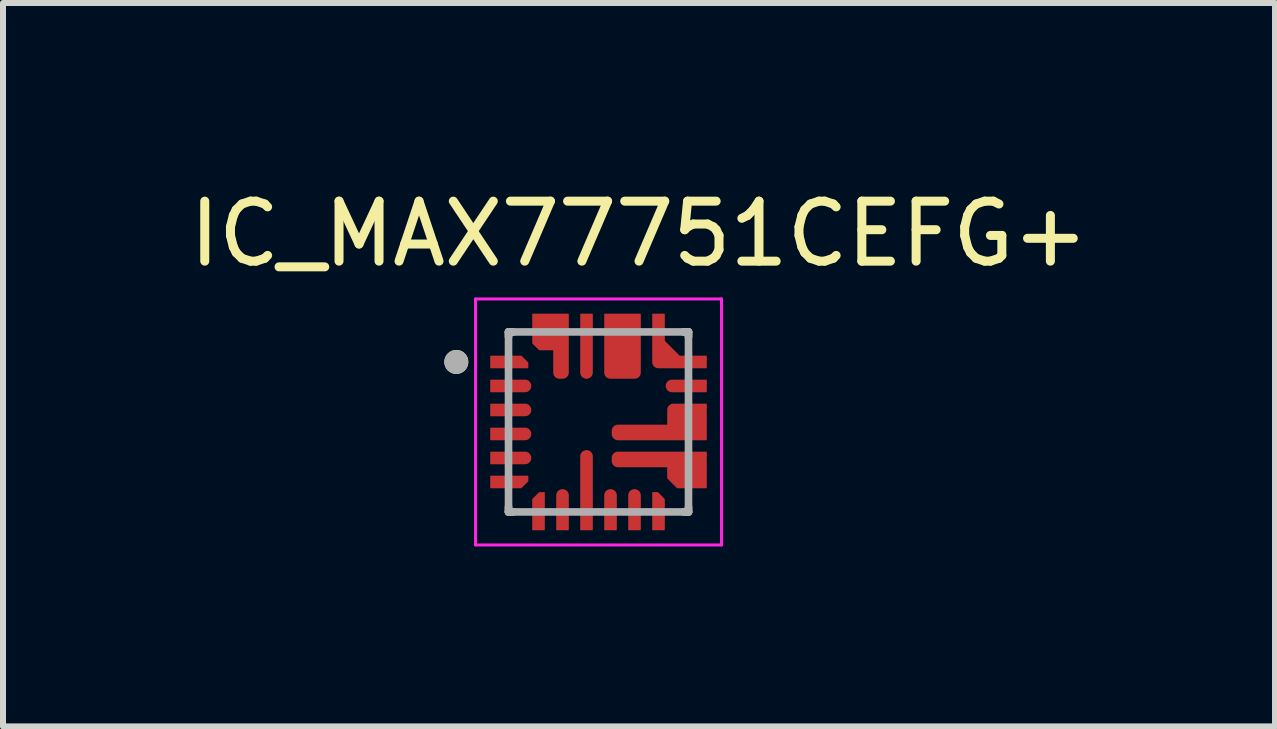
<source format=kicad_pcb>
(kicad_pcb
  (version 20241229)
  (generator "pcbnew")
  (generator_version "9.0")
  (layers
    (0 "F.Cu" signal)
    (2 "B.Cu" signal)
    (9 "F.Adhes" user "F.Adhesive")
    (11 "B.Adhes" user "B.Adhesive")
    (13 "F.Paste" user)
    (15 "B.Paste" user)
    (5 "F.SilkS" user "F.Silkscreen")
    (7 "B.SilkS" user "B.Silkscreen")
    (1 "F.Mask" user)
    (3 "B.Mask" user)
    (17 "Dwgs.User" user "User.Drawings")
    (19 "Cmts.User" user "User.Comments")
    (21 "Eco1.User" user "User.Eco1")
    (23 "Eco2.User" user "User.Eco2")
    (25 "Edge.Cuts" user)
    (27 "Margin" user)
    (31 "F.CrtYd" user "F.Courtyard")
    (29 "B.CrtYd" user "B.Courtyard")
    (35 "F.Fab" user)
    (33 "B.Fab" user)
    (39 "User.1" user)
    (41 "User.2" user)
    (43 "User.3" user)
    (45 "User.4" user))
  (footprint "IC_MAX77751CEFG+"
    (layer "F.Cu")
    (at 6.926 3.983)
    (property "Reference" "IC_MAX77751CEFG+" (at 0.675 -3.135 0) (layer "F.SilkS") (effects (font (size 1 1) (thickness 0.15))))
    (attr through_hole)
    (fp_poly (pts (xy -1.85 -0.85) (xy -1.125 -0.85) (xy -1.125 -1.013) (xy -1.262 -1.15) (xy -1.85 -1.15)) (stroke (width 0.01) (type solid)) (fill yes) (layer "F.Mask"))
    (fp_poly (pts (xy -1.85 0.85) (xy -1.125 0.85) (xy -1.125 1.013) (xy -1.262 1.15) (xy -1.85 1.15)) (stroke (width 0.01) (type solid)) (fill yes) (layer "F.Mask"))
    (fp_poly (pts (xy -0.85 1.85) (xy -0.85 1.125) (xy -1.013 1.125) (xy -1.15 1.262) (xy -1.15 1.85)) (stroke (width 0.01) (type solid)) (fill yes) (layer "F.Mask"))
    (fp_poly (pts (xy 0.85 1.85) (xy 0.85 1.125) (xy 1.013 1.125) (xy 1.15 1.262) (xy 1.15 1.85)) (stroke (width 0.01) (type solid)) (fill yes) (layer "F.Mask"))
    (fp_poly (pts (xy 1.85 -0.85) (xy 1 -0.85) (xy 0.992 -0.85) (xy 0.984 -0.851) (xy 0.977 -0.852) (xy 0.969 -0.853) (xy 0.961 -0.855) (xy 0.954 -0.857) (xy 0.946 -0.86) (xy 0.939 -0.863) (xy 0.932 -0.866) (xy 0.925 -0.87) (xy 0.918 -0.874) (xy 0.912 -0.879) (xy 0.906 -0.883) (xy 0.9 -0.889) (xy 0.894 -0.894) (xy 0.889 -0.9) (xy 0.883 -0.906) (xy 0.879 -0.912) (xy 0.874 -0.918) (xy 0.87 -0.925) (xy 0.866 -0.932) (xy 0.863 -0.939) (xy 0.86 -0.946) (xy 0.857 -0.954) (xy 0.855 -0.961) (xy 0.853 -0.969) (xy 0.852 -0.977) (xy 0.851 -0.984) (xy 0.85 -0.992) (xy 0.85 -1) (xy 0.85 -1.85) (xy 1.15 -1.85) (xy 1.15 -1.375) (xy 1.375 -1.15) (xy 1.85 -1.15) (xy 1.85 -0.85)) (stroke (width 0.01) (type solid)) (fill yes) (layer "F.Mask"))
    (fp_poly (pts (xy -1.85 -0.75) (xy -1.225 -0.75) (xy -1.217 -0.75) (xy -1.209 -0.749) (xy -1.202 -0.748) (xy -1.194 -0.747) (xy -1.186 -0.745) (xy -1.179 -0.743) (xy -1.171 -0.74) (xy -1.164 -0.737) (xy -1.157 -0.734) (xy -1.15 -0.73) (xy -1.143 -0.726) (xy -1.137 -0.721) (xy -1.131 -0.717) (xy -1.125 -0.711) (xy -1.119 -0.706) (xy -1.114 -0.7) (xy -1.108 -0.694) (xy -1.104 -0.688) (xy -1.099 -0.682) (xy -1.095 -0.675) (xy -1.091 -0.668) (xy -1.088 -0.661) (xy -1.085 -0.654) (xy -1.082 -0.646) (xy -1.08 -0.639) (xy -1.078 -0.631) (xy -1.077 -0.623) (xy -1.076 -0.616) (xy -1.075 -0.608) (xy -1.075 -0.6) (xy -1.075 -0.592) (xy -1.076 -0.584) (xy -1.077 -0.577) (xy -1.078 -0.569) (xy -1.08 -0.561) (xy -1.082 -0.554) (xy -1.085 -0.546) (xy -1.088 -0.539) (xy -1.091 -0.532) (xy -1.095 -0.525) (xy -1.099 -0.518) (xy -1.104 -0.512) (xy -1.108 -0.506) (xy -1.114 -0.5) (xy -1.119 -0.494) (xy -1.125 -0.489) (xy -1.131 -0.483) (xy -1.137 -0.479) (xy -1.143 -0.474) (xy -1.15 -0.47) (xy -1.157 -0.466) (xy -1.164 -0.463) (xy -1.171 -0.46) (xy -1.179 -0.457) (xy -1.186 -0.455) (xy -1.194 -0.453) (xy -1.202 -0.452) (xy -1.209 -0.451) (xy -1.217 -0.45) (xy -1.225 -0.45) (xy -1.85 -0.45) (xy -1.85 -0.75)) (stroke (width 0.01) (type solid)) (fill yes) (layer "F.Mask"))
    (fp_poly (pts (xy -1.85 -0.35) (xy -1.225 -0.35) (xy -1.217 -0.35) (xy -1.209 -0.349) (xy -1.202 -0.348) (xy -1.194 -0.347) (xy -1.186 -0.345) (xy -1.179 -0.343) (xy -1.171 -0.34) (xy -1.164 -0.337) (xy -1.157 -0.334) (xy -1.15 -0.33) (xy -1.143 -0.326) (xy -1.137 -0.321) (xy -1.131 -0.317) (xy -1.125 -0.311) (xy -1.119 -0.306) (xy -1.114 -0.3) (xy -1.108 -0.294) (xy -1.104 -0.288) (xy -1.099 -0.282) (xy -1.095 -0.275) (xy -1.091 -0.268) (xy -1.088 -0.261) (xy -1.085 -0.254) (xy -1.082 -0.246) (xy -1.08 -0.239) (xy -1.078 -0.231) (xy -1.077 -0.223) (xy -1.076 -0.216) (xy -1.075 -0.208) (xy -1.075 -0.2) (xy -1.075 -0.192) (xy -1.076 -0.184) (xy -1.077 -0.177) (xy -1.078 -0.169) (xy -1.08 -0.161) (xy -1.082 -0.154) (xy -1.085 -0.146) (xy -1.088 -0.139) (xy -1.091 -0.132) (xy -1.095 -0.125) (xy -1.099 -0.118) (xy -1.104 -0.112) (xy -1.108 -0.106) (xy -1.114 -0.1) (xy -1.119 -0.094) (xy -1.125 -0.089) (xy -1.131 -0.083) (xy -1.137 -0.079) (xy -1.143 -0.074) (xy -1.15 -0.07) (xy -1.157 -0.066) (xy -1.164 -0.063) (xy -1.171 -0.06) (xy -1.179 -0.057) (xy -1.186 -0.055) (xy -1.194 -0.053) (xy -1.202 -0.052) (xy -1.209 -0.051) (xy -1.217 -0.05) (xy -1.225 -0.05) (xy -1.85 -0.05) (xy -1.85 -0.35)) (stroke (width 0.01) (type solid)) (fill yes) (layer "F.Mask"))
    (fp_poly (pts (xy -1.85 0.05) (xy -1.225 0.05) (xy -1.217 0.05) (xy -1.209 0.051) (xy -1.202 0.052) (xy -1.194 0.053) (xy -1.186 0.055) (xy -1.179 0.057) (xy -1.171 0.06) (xy -1.164 0.063) (xy -1.157 0.066) (xy -1.15 0.07) (xy -1.143 0.074) (xy -1.137 0.079) (xy -1.131 0.083) (xy -1.125 0.089) (xy -1.119 0.094) (xy -1.114 0.1) (xy -1.108 0.106) (xy -1.104 0.112) (xy -1.099 0.118) (xy -1.095 0.125) (xy -1.091 0.132) (xy -1.088 0.139) (xy -1.085 0.146) (xy -1.082 0.154) (xy -1.08 0.161) (xy -1.078 0.169) (xy -1.077 0.177) (xy -1.076 0.184) (xy -1.075 0.192) (xy -1.075 0.2) (xy -1.075 0.208) (xy -1.076 0.216) (xy -1.077 0.223) (xy -1.078 0.231) (xy -1.08 0.239) (xy -1.082 0.246) (xy -1.085 0.254) (xy -1.088 0.261) (xy -1.091 0.268) (xy -1.095 0.275) (xy -1.099 0.282) (xy -1.104 0.288) (xy -1.108 0.294) (xy -1.114 0.3) (xy -1.119 0.306) (xy -1.125 0.311) (xy -1.131 0.317) (xy -1.137 0.321) (xy -1.143 0.326) (xy -1.15 0.33) (xy -1.157 0.334) (xy -1.164 0.337) (xy -1.171 0.34) (xy -1.179 0.343) (xy -1.186 0.345) (xy -1.194 0.347) (xy -1.202 0.348) (xy -1.209 0.349) (xy -1.217 0.35) (xy -1.225 0.35) (xy -1.85 0.35) (xy -1.85 0.05)) (stroke (width 0.01) (type solid)) (fill yes) (layer "F.Mask"))
    (fp_poly (pts (xy -1.85 0.45) (xy -1.225 0.45) (xy -1.217 0.45) (xy -1.209 0.451) (xy -1.202 0.452) (xy -1.194 0.453) (xy -1.186 0.455) (xy -1.179 0.457) (xy -1.171 0.46) (xy -1.164 0.463) (xy -1.157 0.466) (xy -1.15 0.47) (xy -1.143 0.474) (xy -1.137 0.479) (xy -1.131 0.483) (xy -1.125 0.489) (xy -1.119 0.494) (xy -1.114 0.5) (xy -1.108 0.506) (xy -1.104 0.512) (xy -1.099 0.518) (xy -1.095 0.525) (xy -1.091 0.532) (xy -1.088 0.539) (xy -1.085 0.546) (xy -1.082 0.554) (xy -1.08 0.561) (xy -1.078 0.569) (xy -1.077 0.577) (xy -1.076 0.584) (xy -1.075 0.592) (xy -1.075 0.6) (xy -1.075 0.608) (xy -1.076 0.616) (xy -1.077 0.623) (xy -1.078 0.631) (xy -1.08 0.639) (xy -1.082 0.646) (xy -1.085 0.654) (xy -1.088 0.661) (xy -1.091 0.668) (xy -1.095 0.675) (xy -1.099 0.682) (xy -1.104 0.688) (xy -1.108 0.694) (xy -1.114 0.7) (xy -1.119 0.706) (xy -1.125 0.711) (xy -1.131 0.717) (xy -1.137 0.721) (xy -1.143 0.726) (xy -1.15 0.73) (xy -1.157 0.734) (xy -1.164 0.737) (xy -1.171 0.74) (xy -1.179 0.743) (xy -1.186 0.745) (xy -1.194 0.747) (xy -1.202 0.748) (xy -1.209 0.749) (xy -1.217 0.75) (xy -1.225 0.75) (xy -1.85 0.75) (xy -1.85 0.45)) (stroke (width 0.01) (type solid)) (fill yes) (layer "F.Mask"))
    (fp_poly (pts (xy -0.75 1.85) (xy -0.75 1.225) (xy -0.75 1.217) (xy -0.749 1.209) (xy -0.748 1.202) (xy -0.747 1.194) (xy -0.745 1.186) (xy -0.743 1.179) (xy -0.74 1.171) (xy -0.737 1.164) (xy -0.734 1.157) (xy -0.73 1.15) (xy -0.726 1.143) (xy -0.721 1.137) (xy -0.717 1.131) (xy -0.711 1.125) (xy -0.706 1.119) (xy -0.7 1.114) (xy -0.694 1.108) (xy -0.688 1.104) (xy -0.682 1.099) (xy -0.675 1.095) (xy -0.668 1.091) (xy -0.661 1.088) (xy -0.654 1.085) (xy -0.646 1.082) (xy -0.639 1.08) (xy -0.631 1.078) (xy -0.623 1.077) (xy -0.616 1.076) (xy -0.608 1.075) (xy -0.6 1.075) (xy -0.592 1.075) (xy -0.584 1.076) (xy -0.577 1.077) (xy -0.569 1.078) (xy -0.561 1.08) (xy -0.554 1.082) (xy -0.546 1.085) (xy -0.539 1.088) (xy -0.532 1.091) (xy -0.525 1.095) (xy -0.518 1.099) (xy -0.512 1.104) (xy -0.506 1.108) (xy -0.5 1.114) (xy -0.494 1.119) (xy -0.489 1.125) (xy -0.483 1.131) (xy -0.479 1.137) (xy -0.474 1.143) (xy -0.47 1.15) (xy -0.466 1.157) (xy -0.463 1.164) (xy -0.46 1.171) (xy -0.457 1.179) (xy -0.455 1.186) (xy -0.453 1.194) (xy -0.452 1.202) (xy -0.451 1.209) (xy -0.45 1.217) (xy -0.45 1.225) (xy -0.45 1.85) (xy -0.75 1.85)) (stroke (width 0.01) (type solid)) (fill yes) (layer "F.Mask"))
    (fp_poly (pts (xy -0.35 1.85) (xy -0.35 0.575) (xy -0.35 0.567) (xy -0.349 0.559) (xy -0.348 0.552) (xy -0.347 0.544) (xy -0.345 0.536) (xy -0.343 0.529) (xy -0.34 0.521) (xy -0.337 0.514) (xy -0.334 0.507) (xy -0.33 0.5) (xy -0.326 0.493) (xy -0.321 0.487) (xy -0.317 0.481) (xy -0.311 0.475) (xy -0.306 0.469) (xy -0.3 0.464) (xy -0.294 0.458) (xy -0.288 0.454) (xy -0.282 0.449) (xy -0.275 0.445) (xy -0.268 0.441) (xy -0.261 0.438) (xy -0.254 0.435) (xy -0.246 0.432) (xy -0.239 0.43) (xy -0.231 0.428) (xy -0.223 0.427) (xy -0.216 0.426) (xy -0.208 0.425) (xy -0.2 0.425) (xy -0.192 0.425) (xy -0.184 0.426) (xy -0.177 0.427) (xy -0.169 0.428) (xy -0.161 0.43) (xy -0.154 0.432) (xy -0.146 0.435) (xy -0.139 0.438) (xy -0.132 0.441) (xy -0.125 0.445) (xy -0.118 0.449) (xy -0.112 0.454) (xy -0.106 0.458) (xy -0.1 0.464) (xy -0.094 0.469) (xy -0.089 0.475) (xy -0.083 0.481) (xy -0.079 0.487) (xy -0.074 0.493) (xy -0.07 0.5) (xy -0.066 0.507) (xy -0.063 0.514) (xy -0.06 0.521) (xy -0.057 0.529) (xy -0.055 0.536) (xy -0.053 0.544) (xy -0.052 0.552) (xy -0.051 0.559) (xy -0.05 0.567) (xy -0.05 0.575) (xy -0.05 1.85) (xy -0.35 1.85)) (stroke (width 0.01) (type solid)) (fill yes) (layer "F.Mask"))
    (fp_poly (pts (xy -0.05 -1.85) (xy -0.05 -0.825) (xy -0.05 -0.817) (xy -0.051 -0.809) (xy -0.052 -0.802) (xy -0.053 -0.794) (xy -0.055 -0.786) (xy -0.057 -0.779) (xy -0.06 -0.771) (xy -0.063 -0.764) (xy -0.066 -0.757) (xy -0.07 -0.75) (xy -0.074 -0.743) (xy -0.079 -0.737) (xy -0.083 -0.731) (xy -0.089 -0.725) (xy -0.094 -0.719) (xy -0.1 -0.714) (xy -0.106 -0.708) (xy -0.112 -0.704) (xy -0.118 -0.699) (xy -0.125 -0.695) (xy -0.132 -0.691) (xy -0.139 -0.688) (xy -0.146 -0.685) (xy -0.154 -0.682) (xy -0.161 -0.68) (xy -0.169 -0.678) (xy -0.177 -0.677) (xy -0.184 -0.676) (xy -0.192 -0.675) (xy -0.2 -0.675) (xy -0.208 -0.675) (xy -0.216 -0.676) (xy -0.223 -0.677) (xy -0.231 -0.678) (xy -0.239 -0.68) (xy -0.246 -0.682) (xy -0.254 -0.685) (xy -0.261 -0.688) (xy -0.268 -0.691) (xy -0.275 -0.695) (xy -0.282 -0.699) (xy -0.288 -0.704) (xy -0.294 -0.708) (xy -0.3 -0.714) (xy -0.306 -0.719) (xy -0.311 -0.725) (xy -0.317 -0.731) (xy -0.321 -0.737) (xy -0.326 -0.743) (xy -0.33 -0.75) (xy -0.334 -0.757) (xy -0.337 -0.764) (xy -0.34 -0.771) (xy -0.343 -0.779) (xy -0.345 -0.786) (xy -0.347 -0.794) (xy -0.348 -0.802) (xy -0.349 -0.809) (xy -0.35 -0.817) (xy -0.35 -0.825) (xy -0.35 -1.85) (xy -0.05 -1.85)) (stroke (width 0.01) (type solid)) (fill yes) (layer "F.Mask"))
    (fp_poly (pts (xy 0.05 1.85) (xy 0.05 1.225) (xy 0.05 1.217) (xy 0.051 1.209) (xy 0.052 1.202) (xy 0.053 1.194) (xy 0.055 1.186) (xy 0.057 1.179) (xy 0.06 1.171) (xy 0.063 1.164) (xy 0.066 1.157) (xy 0.07 1.15) (xy 0.074 1.143) (xy 0.079 1.137) (xy 0.083 1.131) (xy 0.089 1.125) (xy 0.094 1.119) (xy 0.1 1.114) (xy 0.106 1.108) (xy 0.112 1.104) (xy 0.118 1.099) (xy 0.125 1.095) (xy 0.132 1.091) (xy 0.139 1.088) (xy 0.146 1.085) (xy 0.154 1.082) (xy 0.161 1.08) (xy 0.169 1.078) (xy 0.177 1.077) (xy 0.184 1.076) (xy 0.192 1.075) (xy 0.2 1.075) (xy 0.208 1.075) (xy 0.216 1.076) (xy 0.223 1.077) (xy 0.231 1.078) (xy 0.239 1.08) (xy 0.246 1.082) (xy 0.254 1.085) (xy 0.261 1.088) (xy 0.268 1.091) (xy 0.275 1.095) (xy 0.282 1.099) (xy 0.288 1.104) (xy 0.294 1.108) (xy 0.3 1.114) (xy 0.306 1.119) (xy 0.311 1.125) (xy 0.317 1.131) (xy 0.321 1.137) (xy 0.326 1.143) (xy 0.33 1.15) (xy 0.334 1.157) (xy 0.337 1.164) (xy 0.34 1.171) (xy 0.343 1.179) (xy 0.345 1.186) (xy 0.347 1.194) (xy 0.348 1.202) (xy 0.349 1.209) (xy 0.35 1.217) (xy 0.35 1.225) (xy 0.35 1.85) (xy 0.05 1.85)) (stroke (width 0.01) (type solid)) (fill yes) (layer "F.Mask"))
    (fp_poly (pts (xy 0.45 1.85) (xy 0.45 1.225) (xy 0.45 1.217) (xy 0.451 1.209) (xy 0.452 1.202) (xy 0.453 1.194) (xy 0.455 1.186) (xy 0.457 1.179) (xy 0.46 1.171) (xy 0.463 1.164) (xy 0.466 1.157) (xy 0.47 1.15) (xy 0.474 1.143) (xy 0.479 1.137) (xy 0.483 1.131) (xy 0.489 1.125) (xy 0.494 1.119) (xy 0.5 1.114) (xy 0.506 1.108) (xy 0.512 1.104) (xy 0.518 1.099) (xy 0.525 1.095) (xy 0.532 1.091) (xy 0.539 1.088) (xy 0.546 1.085) (xy 0.554 1.082) (xy 0.561 1.08) (xy 0.569 1.078) (xy 0.577 1.077) (xy 0.584 1.076) (xy 0.592 1.075) (xy 0.6 1.075) (xy 0.608 1.075) (xy 0.616 1.076) (xy 0.623 1.077) (xy 0.631 1.078) (xy 0.639 1.08) (xy 0.646 1.082) (xy 0.654 1.085) (xy 0.661 1.088) (xy 0.668 1.091) (xy 0.675 1.095) (xy 0.682 1.099) (xy 0.688 1.104) (xy 0.694 1.108) (xy 0.7 1.114) (xy 0.706 1.119) (xy 0.711 1.125) (xy 0.717 1.131) (xy 0.721 1.137) (xy 0.726 1.143) (xy 0.73 1.15) (xy 0.734 1.157) (xy 0.737 1.164) (xy 0.74 1.171) (xy 0.743 1.179) (xy 0.745 1.186) (xy 0.747 1.194) (xy 0.748 1.202) (xy 0.749 1.209) (xy 0.75 1.217) (xy 0.75 1.225) (xy 0.75 1.85) (xy 0.45 1.85)) (stroke (width 0.01) (type solid)) (fill yes) (layer "F.Mask"))
    (fp_poly (pts (xy 1.85 -0.45) (xy 1.225 -0.45) (xy 1.217 -0.45) (xy 1.209 -0.451) (xy 1.202 -0.452) (xy 1.194 -0.453) (xy 1.186 -0.455) (xy 1.179 -0.457) (xy 1.171 -0.46) (xy 1.164 -0.463) (xy 1.157 -0.466) (xy 1.15 -0.47) (xy 1.143 -0.474) (xy 1.137 -0.479) (xy 1.131 -0.483) (xy 1.125 -0.489) (xy 1.119 -0.494) (xy 1.114 -0.5) (xy 1.108 -0.506) (xy 1.104 -0.512) (xy 1.099 -0.518) (xy 1.095 -0.525) (xy 1.091 -0.532) (xy 1.088 -0.539) (xy 1.085 -0.546) (xy 1.082 -0.554) (xy 1.08 -0.561) (xy 1.078 -0.569) (xy 1.077 -0.577) (xy 1.076 -0.584) (xy 1.075 -0.592) (xy 1.075 -0.6) (xy 1.075 -0.608) (xy 1.076 -0.616) (xy 1.077 -0.623) (xy 1.078 -0.631) (xy 1.08 -0.639) (xy 1.082 -0.646) (xy 1.085 -0.654) (xy 1.088 -0.661) (xy 1.091 -0.668) (xy 1.095 -0.675) (xy 1.099 -0.682) (xy 1.104 -0.688) (xy 1.108 -0.694) (xy 1.114 -0.7) (xy 1.119 -0.706) (xy 1.125 -0.711) (xy 1.131 -0.717) (xy 1.137 -0.721) (xy 1.143 -0.726) (xy 1.15 -0.73) (xy 1.157 -0.734) (xy 1.164 -0.737) (xy 1.171 -0.74) (xy 1.179 -0.743) (xy 1.186 -0.745) (xy 1.194 -0.747) (xy 1.202 -0.748) (xy 1.209 -0.749) (xy 1.217 -0.75) (xy 1.225 -0.75) (xy 1.85 -0.75) (xy 1.85 -0.45)) (stroke (width 0.01) (type solid)) (fill yes) (layer "F.Mask"))
    (fp_poly (pts (xy 0.75 -1.85) (xy 0.75 -0.825) (xy 0.75 -0.817) (xy 0.749 -0.809) (xy 0.748 -0.802) (xy 0.747 -0.794) (xy 0.745 -0.786) (xy 0.743 -0.779) (xy 0.74 -0.771) (xy 0.737 -0.764) (xy 0.734 -0.757) (xy 0.73 -0.75) (xy 0.726 -0.743) (xy 0.721 -0.737) (xy 0.717 -0.731) (xy 0.711 -0.725) (xy 0.706 -0.719) (xy 0.7 -0.714) (xy 0.694 -0.708) (xy 0.688 -0.704) (xy 0.682 -0.699) (xy 0.675 -0.695) (xy 0.668 -0.691) (xy 0.661 -0.688) (xy 0.654 -0.685) (xy 0.646 -0.682) (xy 0.639 -0.68) (xy 0.631 -0.678) (xy 0.623 -0.677) (xy 0.616 -0.676) (xy 0.608 -0.675) (xy 0.6 -0.675) (xy 0.2 -0.675) (xy 0.192 -0.675) (xy 0.184 -0.676) (xy 0.177 -0.677) (xy 0.169 -0.678) (xy 0.161 -0.68) (xy 0.154 -0.682) (xy 0.146 -0.685) (xy 0.139 -0.688) (xy 0.132 -0.691) (xy 0.125 -0.695) (xy 0.118 -0.699) (xy 0.112 -0.704) (xy 0.106 -0.708) (xy 0.1 -0.714) (xy 0.094 -0.719) (xy 0.089 -0.725) (xy 0.083 -0.731) (xy 0.079 -0.737) (xy 0.074 -0.743) (xy 0.07 -0.75) (xy 0.066 -0.757) (xy 0.063 -0.764) (xy 0.06 -0.771) (xy 0.057 -0.779) (xy 0.055 -0.786) (xy 0.053 -0.794) (xy 0.052 -0.802) (xy 0.051 -0.809) (xy 0.05 -0.817) (xy 0.05 -0.825) (xy 0.05 -1.85) (xy 0.75 -1.85)) (stroke (width 0.01) (type solid)) (fill yes) (layer "F.Mask"))
    (fp_poly (pts (xy -0.45 -1.85) (xy -0.45 -0.825) (xy -0.45 -0.817) (xy -0.451 -0.809) (xy -0.452 -0.802) (xy -0.453 -0.794) (xy -0.455 -0.786) (xy -0.457 -0.779) (xy -0.46 -0.771) (xy -0.463 -0.764) (xy -0.466 -0.757) (xy -0.47 -0.75) (xy -0.474 -0.743) (xy -0.479 -0.737) (xy -0.483 -0.731) (xy -0.489 -0.725) (xy -0.494 -0.719) (xy -0.5 -0.714) (xy -0.506 -0.708) (xy -0.512 -0.704) (xy -0.518 -0.699) (xy -0.525 -0.695) (xy -0.532 -0.691) (xy -0.539 -0.688) (xy -0.546 -0.685) (xy -0.554 -0.682) (xy -0.561 -0.68) (xy -0.569 -0.678) (xy -0.577 -0.677) (xy -0.584 -0.676) (xy -0.592 -0.675) (xy -0.6 -0.675) (xy -0.65 -0.675) (xy -0.658 -0.675) (xy -0.666 -0.676) (xy -0.673 -0.677) (xy -0.681 -0.678) (xy -0.689 -0.68) (xy -0.696 -0.682) (xy -0.704 -0.685) (xy -0.711 -0.688) (xy -0.718 -0.691) (xy -0.725 -0.695) (xy -0.732 -0.699) (xy -0.738 -0.704) (xy -0.744 -0.708) (xy -0.75 -0.714) (xy -0.756 -0.719) (xy -0.761 -0.725) (xy -0.767 -0.731) (xy -0.771 -0.737) (xy -0.776 -0.743) (xy -0.78 -0.75) (xy -0.784 -0.757) (xy -0.787 -0.764) (xy -0.79 -0.771) (xy -0.793 -0.779) (xy -0.795 -0.786) (xy -0.797 -0.794) (xy -0.798 -0.802) (xy -0.799 -0.809) (xy -0.8 -0.817) (xy -0.8 -0.825) (xy -0.8 -1.15) (xy -1.013 -1.15) (xy -1.15 -1.287) (xy -1.15 -1.85) (xy -0.45 -1.85)) (stroke (width 0.01) (type solid)) (fill yes) (layer "F.Mask"))
    (fp_poly (pts (xy 1.85 1.15) (xy 1.287 1.15) (xy 1.1 0.963) (xy 1.1 0.8) (xy 0.325 0.8) (xy 0.317 0.8) (xy 0.309 0.799) (xy 0.302 0.798) (xy 0.294 0.797) (xy 0.286 0.795) (xy 0.279 0.793) (xy 0.271 0.79) (xy 0.264 0.787) (xy 0.257 0.784) (xy 0.25 0.78) (xy 0.243 0.776) (xy 0.237 0.771) (xy 0.231 0.767) (xy 0.225 0.761) (xy 0.219 0.756) (xy 0.214 0.75) (xy 0.208 0.744) (xy 0.204 0.738) (xy 0.199 0.732) (xy 0.195 0.725) (xy 0.191 0.718) (xy 0.188 0.711) (xy 0.185 0.704) (xy 0.182 0.696) (xy 0.18 0.689) (xy 0.178 0.681) (xy 0.177 0.673) (xy 0.176 0.666) (xy 0.175 0.658) (xy 0.175 0.65) (xy 0.175 0.6) (xy 0.175 0.592) (xy 0.176 0.584) (xy 0.177 0.577) (xy 0.178 0.569) (xy 0.18 0.561) (xy 0.182 0.554) (xy 0.185 0.546) (xy 0.188 0.539) (xy 0.191 0.532) (xy 0.195 0.525) (xy 0.199 0.518) (xy 0.204 0.512) (xy 0.208 0.506) (xy 0.214 0.5) (xy 0.219 0.494) (xy 0.225 0.489) (xy 0.231 0.483) (xy 0.237 0.479) (xy 0.243 0.474) (xy 0.25 0.47) (xy 0.257 0.466) (xy 0.264 0.463) (xy 0.271 0.46) (xy 0.279 0.457) (xy 0.286 0.455) (xy 0.294 0.453) (xy 0.302 0.452) (xy 0.309 0.451) (xy 0.317 0.45) (xy 0.325 0.45) (xy 1.85 0.45) (xy 1.85 1.15)) (stroke (width 0.01) (type solid)) (fill yes) (layer "F.Mask"))
    (fp_poly (pts (xy 1.85 0.35) (xy 0.325 0.35) (xy 0.317 0.35) (xy 0.309 0.349) (xy 0.302 0.348) (xy 0.294 0.347) (xy 0.286 0.345) (xy 0.279 0.343) (xy 0.271 0.34) (xy 0.264 0.337) (xy 0.257 0.334) (xy 0.25 0.33) (xy 0.243 0.326) (xy 0.237 0.321) (xy 0.231 0.317) (xy 0.225 0.311) (xy 0.219 0.306) (xy 0.214 0.3) (xy 0.208 0.294) (xy 0.204 0.288) (xy 0.199 0.282) (xy 0.195 0.275) (xy 0.191 0.268) (xy 0.188 0.261) (xy 0.185 0.254) (xy 0.182 0.246) (xy 0.18 0.239) (xy 0.178 0.231) (xy 0.177 0.223) (xy 0.176 0.216) (xy 0.175 0.208) (xy 0.175 0.2) (xy 0.175 0.15) (xy 0.175 0.142) (xy 0.176 0.134) (xy 0.177 0.127) (xy 0.178 0.119) (xy 0.18 0.111) (xy 0.182 0.104) (xy 0.185 0.096) (xy 0.188 0.089) (xy 0.191 0.082) (xy 0.195 0.075) (xy 0.199 0.068) (xy 0.204 0.062) (xy 0.208 0.056) (xy 0.214 0.05) (xy 0.219 0.044) (xy 0.225 0.039) (xy 0.231 0.033) (xy 0.237 0.029) (xy 0.243 0.024) (xy 0.25 0.02) (xy 0.257 0.016) (xy 0.264 0.013) (xy 0.271 0.01) (xy 0.279 0.007) (xy 0.286 0.005) (xy 0.294 0.003) (xy 0.302 0.002) (xy 0.309 0.001) (xy 0.317 0) (xy 0.325 0) (xy 1.1 0) (xy 1.1 -0.2) (xy 1.1 -0.208) (xy 1.101 -0.216) (xy 1.102 -0.223) (xy 1.103 -0.231) (xy 1.105 -0.239) (xy 1.107 -0.246) (xy 1.11 -0.254) (xy 1.113 -0.261) (xy 1.116 -0.268) (xy 1.12 -0.275) (xy 1.124 -0.282) (xy 1.129 -0.288) (xy 1.133 -0.294) (xy 1.139 -0.3) (xy 1.144 -0.306) (xy 1.15 -0.311) (xy 1.156 -0.317) (xy 1.162 -0.321) (xy 1.168 -0.326) (xy 1.175 -0.33) (xy 1.182 -0.334) (xy 1.189 -0.337) (xy 1.196 -0.34) (xy 1.204 -0.343) (xy 1.211 -0.345) (xy 1.219 -0.347) (xy 1.227 -0.348) (xy 1.234 -0.349) (xy 1.242 -0.35) (xy 1.25 -0.35) (xy 1.85 -0.35) (xy 1.85 0.35)) (stroke (width 0.01) (type solid)) (fill yes) (layer "F.Mask"))
    (fp_line (start -1.5 -1.5) (end -1.5 -1.42) (stroke (width 0.127) (type solid)) (layer "F.SilkS"))
    (fp_line (start -1.5 -1.5) (end -1.42 -1.5) (stroke (width 0.127) (type solid)) (layer "F.SilkS"))
    (fp_line (start -1.5 1.5) (end -1.5 1.42) (stroke (width 0.127) (type solid)) (layer "F.SilkS"))
    (fp_line (start -1.5 1.5) (end -1.42 1.5) (stroke (width 0.127) (type solid)) (layer "F.SilkS"))
    (fp_line (start 1.5 -1.5) (end 1.42 -1.5) (stroke (width 0.127) (type solid)) (layer "F.SilkS"))
    (fp_line (start 1.5 -1.5) (end 1.5 -1.42) (stroke (width 0.127) (type solid)) (layer "F.SilkS"))
    (fp_line (start 1.5 1.5) (end 1.42 1.5) (stroke (width 0.127) (type solid)) (layer "F.SilkS"))
    (fp_line (start 1.5 1.5) (end 1.5 1.42) (stroke (width 0.127) (type solid)) (layer "F.SilkS"))
    (fp_circle (center -2.37 -1) (end -2.27 -1) (stroke (width 0.2) (type solid)) (fill no) (layer "F.SilkS"))
    (fp_poly (pts (xy -1.8 -0.9) (xy -1.175 -0.9) (xy -1.175 -0.988) (xy -1.287 -1.1) (xy -1.8 -1.1)) (stroke (width 0.01) (type solid)) (fill yes) (layer "F.Paste"))
    (fp_poly (pts (xy -1.8 0.9) (xy -1.175 0.9) (xy -1.175 0.988) (xy -1.287 1.1) (xy -1.8 1.1)) (stroke (width 0.01) (type solid)) (fill yes) (layer "F.Paste"))
    (fp_poly (pts (xy -0.9 1.8) (xy -0.9 1.175) (xy -0.988 1.175) (xy -1.1 1.287) (xy -1.1 1.8)) (stroke (width 0.01) (type solid)) (fill yes) (layer "F.Paste"))
    (fp_poly (pts (xy 0.9 1.8) (xy 0.9 1.175) (xy 0.988 1.175) (xy 1.1 1.287) (xy 1.1 1.8)) (stroke (width 0.01) (type solid)) (fill yes) (layer "F.Paste"))
    (fp_poly (pts (xy 1.8 -0.9) (xy 1 -0.9) (xy 0.995 -0.9) (xy 0.99 -0.901) (xy 0.984 -0.901) (xy 0.979 -0.902) (xy 0.974 -0.903) (xy 0.969 -0.905) (xy 0.964 -0.907) (xy 0.959 -0.909) (xy 0.955 -0.911) (xy 0.95 -0.913) (xy 0.946 -0.916) (xy 0.941 -0.919) (xy 0.937 -0.922) (xy 0.933 -0.926) (xy 0.929 -0.929) (xy 0.926 -0.933) (xy 0.922 -0.937) (xy 0.919 -0.941) (xy 0.916 -0.946) (xy 0.913 -0.95) (xy 0.911 -0.955) (xy 0.909 -0.959) (xy 0.907 -0.964) (xy 0.905 -0.969) (xy 0.903 -0.974) (xy 0.902 -0.979) (xy 0.901 -0.984) (xy 0.901 -0.99) (xy 0.9 -0.995) (xy 0.9 -1) (xy 0.9 -1.8) (xy 1.1 -1.8) (xy 1.1 -1.35) (xy 1.35 -1.1) (xy 1.8 -1.1) (xy 1.8 -0.9)) (stroke (width 0.01) (type solid)) (fill yes) (layer "F.Paste"))
    (fp_poly (pts (xy -1.8 -0.7) (xy -1.225 -0.7) (xy -1.22 -0.7) (xy -1.215 -0.699) (xy -1.209 -0.699) (xy -1.204 -0.698) (xy -1.199 -0.697) (xy -1.194 -0.695) (xy -1.189 -0.693) (xy -1.184 -0.691) (xy -1.18 -0.689) (xy -1.175 -0.687) (xy -1.171 -0.684) (xy -1.166 -0.681) (xy -1.162 -0.678) (xy -1.158 -0.674) (xy -1.154 -0.671) (xy -1.151 -0.667) (xy -1.147 -0.663) (xy -1.144 -0.659) (xy -1.141 -0.654) (xy -1.138 -0.65) (xy -1.136 -0.645) (xy -1.134 -0.641) (xy -1.132 -0.636) (xy -1.13 -0.631) (xy -1.128 -0.626) (xy -1.127 -0.621) (xy -1.126 -0.616) (xy -1.126 -0.61) (xy -1.125 -0.605) (xy -1.125 -0.6) (xy -1.125 -0.595) (xy -1.126 -0.59) (xy -1.126 -0.584) (xy -1.127 -0.579) (xy -1.128 -0.574) (xy -1.13 -0.569) (xy -1.132 -0.564) (xy -1.134 -0.559) (xy -1.136 -0.555) (xy -1.138 -0.55) (xy -1.141 -0.546) (xy -1.144 -0.541) (xy -1.147 -0.537) (xy -1.151 -0.533) (xy -1.154 -0.529) (xy -1.158 -0.526) (xy -1.162 -0.522) (xy -1.166 -0.519) (xy -1.171 -0.516) (xy -1.175 -0.513) (xy -1.18 -0.511) (xy -1.184 -0.509) (xy -1.189 -0.507) (xy -1.194 -0.505) (xy -1.199 -0.503) (xy -1.204 -0.502) (xy -1.209 -0.501) (xy -1.215 -0.501) (xy -1.22 -0.5) (xy -1.225 -0.5) (xy -1.8 -0.5) (xy -1.8 -0.7)) (stroke (width 0.01) (type solid)) (fill yes) (layer "F.Paste"))
    (fp_poly (pts (xy -1.8 -0.3) (xy -1.225 -0.3) (xy -1.22 -0.3) (xy -1.215 -0.299) (xy -1.209 -0.299) (xy -1.204 -0.298) (xy -1.199 -0.297) (xy -1.194 -0.295) (xy -1.189 -0.293) (xy -1.184 -0.291) (xy -1.18 -0.289) (xy -1.175 -0.287) (xy -1.171 -0.284) (xy -1.166 -0.281) (xy -1.162 -0.278) (xy -1.158 -0.274) (xy -1.154 -0.271) (xy -1.151 -0.267) (xy -1.147 -0.263) (xy -1.144 -0.259) (xy -1.141 -0.254) (xy -1.138 -0.25) (xy -1.136 -0.245) (xy -1.134 -0.241) (xy -1.132 -0.236) (xy -1.13 -0.231) (xy -1.128 -0.226) (xy -1.127 -0.221) (xy -1.126 -0.216) (xy -1.126 -0.21) (xy -1.125 -0.205) (xy -1.125 -0.2) (xy -1.125 -0.195) (xy -1.126 -0.19) (xy -1.126 -0.184) (xy -1.127 -0.179) (xy -1.128 -0.174) (xy -1.13 -0.169) (xy -1.132 -0.164) (xy -1.134 -0.159) (xy -1.136 -0.155) (xy -1.138 -0.15) (xy -1.141 -0.146) (xy -1.144 -0.141) (xy -1.147 -0.137) (xy -1.151 -0.133) (xy -1.154 -0.129) (xy -1.158 -0.126) (xy -1.162 -0.122) (xy -1.166 -0.119) (xy -1.171 -0.116) (xy -1.175 -0.113) (xy -1.18 -0.111) (xy -1.184 -0.109) (xy -1.189 -0.107) (xy -1.194 -0.105) (xy -1.199 -0.103) (xy -1.204 -0.102) (xy -1.209 -0.101) (xy -1.215 -0.101) (xy -1.22 -0.1) (xy -1.225 -0.1) (xy -1.8 -0.1) (xy -1.8 -0.3)) (stroke (width 0.01) (type solid)) (fill yes) (layer "F.Paste"))
    (fp_poly (pts (xy -1.8 0.1) (xy -1.225 0.1) (xy -1.22 0.1) (xy -1.215 0.101) (xy -1.209 0.101) (xy -1.204 0.102) (xy -1.199 0.103) (xy -1.194 0.105) (xy -1.189 0.107) (xy -1.184 0.109) (xy -1.18 0.111) (xy -1.175 0.113) (xy -1.171 0.116) (xy -1.166 0.119) (xy -1.162 0.122) (xy -1.158 0.126) (xy -1.154 0.129) (xy -1.151 0.133) (xy -1.147 0.137) (xy -1.144 0.141) (xy -1.141 0.146) (xy -1.138 0.15) (xy -1.136 0.155) (xy -1.134 0.159) (xy -1.132 0.164) (xy -1.13 0.169) (xy -1.128 0.174) (xy -1.127 0.179) (xy -1.126 0.184) (xy -1.126 0.19) (xy -1.125 0.195) (xy -1.125 0.2) (xy -1.125 0.205) (xy -1.126 0.21) (xy -1.126 0.216) (xy -1.127 0.221) (xy -1.128 0.226) (xy -1.13 0.231) (xy -1.132 0.236) (xy -1.134 0.241) (xy -1.136 0.245) (xy -1.138 0.25) (xy -1.141 0.254) (xy -1.144 0.259) (xy -1.147 0.263) (xy -1.151 0.267) (xy -1.154 0.271) (xy -1.158 0.274) (xy -1.162 0.278) (xy -1.166 0.281) (xy -1.171 0.284) (xy -1.175 0.287) (xy -1.18 0.289) (xy -1.184 0.291) (xy -1.189 0.293) (xy -1.194 0.295) (xy -1.199 0.297) (xy -1.204 0.298) (xy -1.209 0.299) (xy -1.215 0.299) (xy -1.22 0.3) (xy -1.225 0.3) (xy -1.8 0.3) (xy -1.8 0.1)) (stroke (width 0.01) (type solid)) (fill yes) (layer "F.Paste"))
    (fp_poly (pts (xy -1.8 0.5) (xy -1.225 0.5) (xy -1.22 0.5) (xy -1.215 0.501) (xy -1.209 0.501) (xy -1.204 0.502) (xy -1.199 0.503) (xy -1.194 0.505) (xy -1.189 0.507) (xy -1.184 0.509) (xy -1.18 0.511) (xy -1.175 0.513) (xy -1.171 0.516) (xy -1.166 0.519) (xy -1.162 0.522) (xy -1.158 0.526) (xy -1.154 0.529) (xy -1.151 0.533) (xy -1.147 0.537) (xy -1.144 0.541) (xy -1.141 0.546) (xy -1.138 0.55) (xy -1.136 0.555) (xy -1.134 0.559) (xy -1.132 0.564) (xy -1.13 0.569) (xy -1.128 0.574) (xy -1.127 0.579) (xy -1.126 0.584) (xy -1.126 0.59) (xy -1.125 0.595) (xy -1.125 0.6) (xy -1.125 0.605) (xy -1.126 0.61) (xy -1.126 0.616) (xy -1.127 0.621) (xy -1.128 0.626) (xy -1.13 0.631) (xy -1.132 0.636) (xy -1.134 0.641) (xy -1.136 0.645) (xy -1.138 0.65) (xy -1.141 0.654) (xy -1.144 0.659) (xy -1.147 0.663) (xy -1.151 0.667) (xy -1.154 0.671) (xy -1.158 0.674) (xy -1.162 0.678) (xy -1.166 0.681) (xy -1.171 0.684) (xy -1.175 0.687) (xy -1.18 0.689) (xy -1.184 0.691) (xy -1.189 0.693) (xy -1.194 0.695) (xy -1.199 0.697) (xy -1.204 0.698) (xy -1.209 0.699) (xy -1.215 0.699) (xy -1.22 0.7) (xy -1.225 0.7) (xy -1.8 0.7) (xy -1.8 0.5)) (stroke (width 0.01) (type solid)) (fill yes) (layer "F.Paste"))
    (fp_poly (pts (xy -0.7 1.8) (xy -0.7 1.225) (xy -0.7 1.22) (xy -0.699 1.215) (xy -0.699 1.209) (xy -0.698 1.204) (xy -0.697 1.199) (xy -0.695 1.194) (xy -0.693 1.189) (xy -0.691 1.184) (xy -0.689 1.18) (xy -0.687 1.175) (xy -0.684 1.171) (xy -0.681 1.166) (xy -0.678 1.162) (xy -0.674 1.158) (xy -0.671 1.154) (xy -0.667 1.151) (xy -0.663 1.147) (xy -0.659 1.144) (xy -0.654 1.141) (xy -0.65 1.138) (xy -0.645 1.136) (xy -0.641 1.134) (xy -0.636 1.132) (xy -0.631 1.13) (xy -0.626 1.128) (xy -0.621 1.127) (xy -0.616 1.126) (xy -0.61 1.126) (xy -0.605 1.125) (xy -0.6 1.125) (xy -0.595 1.125) (xy -0.59 1.126) (xy -0.584 1.126) (xy -0.579 1.127) (xy -0.574 1.128) (xy -0.569 1.13) (xy -0.564 1.132) (xy -0.559 1.134) (xy -0.555 1.136) (xy -0.55 1.138) (xy -0.546 1.141) (xy -0.541 1.144) (xy -0.537 1.147) (xy -0.533 1.151) (xy -0.529 1.154) (xy -0.526 1.158) (xy -0.522 1.162) (xy -0.519 1.166) (xy -0.516 1.171) (xy -0.513 1.175) (xy -0.511 1.18) (xy -0.509 1.184) (xy -0.507 1.189) (xy -0.505 1.194) (xy -0.503 1.199) (xy -0.502 1.204) (xy -0.501 1.209) (xy -0.501 1.215) (xy -0.5 1.22) (xy -0.5 1.225) (xy -0.5 1.8) (xy -0.7 1.8)) (stroke (width 0.01) (type solid)) (fill yes) (layer "F.Paste"))
    (fp_poly (pts (xy -0.3 1.8) (xy -0.3 0.575) (xy -0.3 0.57) (xy -0.299 0.565) (xy -0.299 0.559) (xy -0.298 0.554) (xy -0.297 0.549) (xy -0.295 0.544) (xy -0.293 0.539) (xy -0.291 0.534) (xy -0.289 0.53) (xy -0.287 0.525) (xy -0.284 0.521) (xy -0.281 0.516) (xy -0.278 0.512) (xy -0.274 0.508) (xy -0.271 0.504) (xy -0.267 0.501) (xy -0.263 0.497) (xy -0.259 0.494) (xy -0.254 0.491) (xy -0.25 0.488) (xy -0.245 0.486) (xy -0.241 0.484) (xy -0.236 0.482) (xy -0.231 0.48) (xy -0.226 0.478) (xy -0.221 0.477) (xy -0.216 0.476) (xy -0.21 0.476) (xy -0.205 0.475) (xy -0.2 0.475) (xy -0.195 0.475) (xy -0.19 0.476) (xy -0.184 0.476) (xy -0.179 0.477) (xy -0.174 0.478) (xy -0.169 0.48) (xy -0.164 0.482) (xy -0.159 0.484) (xy -0.155 0.486) (xy -0.15 0.488) (xy -0.146 0.491) (xy -0.141 0.494) (xy -0.137 0.497) (xy -0.133 0.501) (xy -0.129 0.504) (xy -0.126 0.508) (xy -0.122 0.512) (xy -0.119 0.516) (xy -0.116 0.521) (xy -0.113 0.525) (xy -0.111 0.53) (xy -0.109 0.534) (xy -0.107 0.539) (xy -0.105 0.544) (xy -0.103 0.549) (xy -0.102 0.554) (xy -0.101 0.559) (xy -0.101 0.565) (xy -0.1 0.57) (xy -0.1 0.575) (xy -0.1 1.8) (xy -0.3 1.8)) (stroke (width 0.01) (type solid)) (fill yes) (layer "F.Paste"))
    (fp_poly (pts (xy -0.1 -1.8) (xy -0.1 -0.825) (xy -0.1 -0.82) (xy -0.101 -0.815) (xy -0.101 -0.809) (xy -0.102 -0.804) (xy -0.103 -0.799) (xy -0.105 -0.794) (xy -0.107 -0.789) (xy -0.109 -0.784) (xy -0.111 -0.78) (xy -0.113 -0.775) (xy -0.116 -0.771) (xy -0.119 -0.766) (xy -0.122 -0.762) (xy -0.126 -0.758) (xy -0.129 -0.754) (xy -0.133 -0.751) (xy -0.137 -0.747) (xy -0.141 -0.744) (xy -0.146 -0.741) (xy -0.15 -0.738) (xy -0.155 -0.736) (xy -0.159 -0.734) (xy -0.164 -0.732) (xy -0.169 -0.73) (xy -0.174 -0.728) (xy -0.179 -0.727) (xy -0.184 -0.726) (xy -0.19 -0.726) (xy -0.195 -0.725) (xy -0.2 -0.725) (xy -0.205 -0.725) (xy -0.21 -0.726) (xy -0.216 -0.726) (xy -0.221 -0.727) (xy -0.226 -0.728) (xy -0.231 -0.73) (xy -0.236 -0.732) (xy -0.241 -0.734) (xy -0.245 -0.736) (xy -0.25 -0.738) (xy -0.254 -0.741) (xy -0.259 -0.744) (xy -0.263 -0.747) (xy -0.267 -0.751) (xy -0.271 -0.754) (xy -0.274 -0.758) (xy -0.278 -0.762) (xy -0.281 -0.766) (xy -0.284 -0.771) (xy -0.287 -0.775) (xy -0.289 -0.78) (xy -0.291 -0.784) (xy -0.293 -0.789) (xy -0.295 -0.794) (xy -0.297 -0.799) (xy -0.298 -0.804) (xy -0.299 -0.809) (xy -0.299 -0.815) (xy -0.3 -0.82) (xy -0.3 -0.825) (xy -0.3 -1.8) (xy -0.1 -1.8)) (stroke (width 0.01) (type solid)) (fill yes) (layer "F.Paste"))
    (fp_poly (pts (xy 0.1 1.8) (xy 0.1 1.225) (xy 0.1 1.22) (xy 0.101 1.215) (xy 0.101 1.209) (xy 0.102 1.204) (xy 0.103 1.199) (xy 0.105 1.194) (xy 0.107 1.189) (xy 0.109 1.184) (xy 0.111 1.18) (xy 0.113 1.175) (xy 0.116 1.171) (xy 0.119 1.166) (xy 0.122 1.162) (xy 0.126 1.158) (xy 0.129 1.154) (xy 0.133 1.151) (xy 0.137 1.147) (xy 0.141 1.144) (xy 0.146 1.141) (xy 0.15 1.138) (xy 0.155 1.136) (xy 0.159 1.134) (xy 0.164 1.132) (xy 0.169 1.13) (xy 0.174 1.128) (xy 0.179 1.127) (xy 0.184 1.126) (xy 0.19 1.126) (xy 0.195 1.125) (xy 0.2 1.125) (xy 0.205 1.125) (xy 0.21 1.126) (xy 0.216 1.126) (xy 0.221 1.127) (xy 0.226 1.128) (xy 0.231 1.13) (xy 0.236 1.132) (xy 0.241 1.134) (xy 0.245 1.136) (xy 0.25 1.138) (xy 0.254 1.141) (xy 0.259 1.144) (xy 0.263 1.147) (xy 0.267 1.151) (xy 0.271 1.154) (xy 0.274 1.158) (xy 0.278 1.162) (xy 0.281 1.166) (xy 0.284 1.171) (xy 0.287 1.175) (xy 0.289 1.18) (xy 0.291 1.184) (xy 0.293 1.189) (xy 0.295 1.194) (xy 0.297 1.199) (xy 0.298 1.204) (xy 0.299 1.209) (xy 0.299 1.215) (xy 0.3 1.22) (xy 0.3 1.225) (xy 0.3 1.8) (xy 0.1 1.8)) (stroke (width 0.01) (type solid)) (fill yes) (layer "F.Paste"))
    (fp_poly (pts (xy 0.5 1.8) (xy 0.5 1.225) (xy 0.5 1.22) (xy 0.501 1.215) (xy 0.501 1.209) (xy 0.502 1.204) (xy 0.503 1.199) (xy 0.505 1.194) (xy 0.507 1.189) (xy 0.509 1.184) (xy 0.511 1.18) (xy 0.513 1.175) (xy 0.516 1.171) (xy 0.519 1.166) (xy 0.522 1.162) (xy 0.526 1.158) (xy 0.529 1.154) (xy 0.533 1.151) (xy 0.537 1.147) (xy 0.541 1.144) (xy 0.546 1.141) (xy 0.55 1.138) (xy 0.555 1.136) (xy 0.559 1.134) (xy 0.564 1.132) (xy 0.569 1.13) (xy 0.574 1.128) (xy 0.579 1.127) (xy 0.584 1.126) (xy 0.59 1.126) (xy 0.595 1.125) (xy 0.6 1.125) (xy 0.605 1.125) (xy 0.61 1.126) (xy 0.616 1.126) (xy 0.621 1.127) (xy 0.626 1.128) (xy 0.631 1.13) (xy 0.636 1.132) (xy 0.641 1.134) (xy 0.645 1.136) (xy 0.65 1.138) (xy 0.654 1.141) (xy 0.659 1.144) (xy 0.663 1.147) (xy 0.667 1.151) (xy 0.671 1.154) (xy 0.674 1.158) (xy 0.678 1.162) (xy 0.681 1.166) (xy 0.684 1.171) (xy 0.687 1.175) (xy 0.689 1.18) (xy 0.691 1.184) (xy 0.693 1.189) (xy 0.695 1.194) (xy 0.697 1.199) (xy 0.698 1.204) (xy 0.699 1.209) (xy 0.699 1.215) (xy 0.7 1.22) (xy 0.7 1.225) (xy 0.7 1.8) (xy 0.5 1.8)) (stroke (width 0.01) (type solid)) (fill yes) (layer "F.Paste"))
    (fp_poly (pts (xy 1.8 -0.5) (xy 1.225 -0.5) (xy 1.22 -0.5) (xy 1.215 -0.501) (xy 1.209 -0.501) (xy 1.204 -0.502) (xy 1.199 -0.503) (xy 1.194 -0.505) (xy 1.189 -0.507) (xy 1.184 -0.509) (xy 1.18 -0.511) (xy 1.175 -0.513) (xy 1.171 -0.516) (xy 1.166 -0.519) (xy 1.162 -0.522) (xy 1.158 -0.526) (xy 1.154 -0.529) (xy 1.151 -0.533) (xy 1.147 -0.537) (xy 1.144 -0.541) (xy 1.141 -0.546) (xy 1.138 -0.55) (xy 1.136 -0.555) (xy 1.134 -0.559) (xy 1.132 -0.564) (xy 1.13 -0.569) (xy 1.128 -0.574) (xy 1.127 -0.579) (xy 1.126 -0.584) (xy 1.126 -0.59) (xy 1.125 -0.595) (xy 1.125 -0.6) (xy 1.125 -0.605) (xy 1.126 -0.61) (xy 1.126 -0.616) (xy 1.127 -0.621) (xy 1.128 -0.626) (xy 1.13 -0.631) (xy 1.132 -0.636) (xy 1.134 -0.641) (xy 1.136 -0.645) (xy 1.138 -0.65) (xy 1.141 -0.654) (xy 1.144 -0.659) (xy 1.147 -0.663) (xy 1.151 -0.667) (xy 1.154 -0.671) (xy 1.158 -0.674) (xy 1.162 -0.678) (xy 1.166 -0.681) (xy 1.171 -0.684) (xy 1.175 -0.687) (xy 1.18 -0.689) (xy 1.184 -0.691) (xy 1.189 -0.693) (xy 1.194 -0.695) (xy 1.199 -0.697) (xy 1.204 -0.698) (xy 1.209 -0.699) (xy 1.215 -0.699) (xy 1.22 -0.7) (xy 1.225 -0.7) (xy 1.8 -0.7) (xy 1.8 -0.5)) (stroke (width 0.01) (type solid)) (fill yes) (layer "F.Paste"))
    (fp_poly (pts (xy 0.7 -1.8) (xy 0.7 -0.825) (xy 0.7 -0.82) (xy 0.699 -0.815) (xy 0.699 -0.809) (xy 0.698 -0.804) (xy 0.697 -0.799) (xy 0.695 -0.794) (xy 0.693 -0.789) (xy 0.691 -0.784) (xy 0.689 -0.78) (xy 0.687 -0.775) (xy 0.684 -0.771) (xy 0.681 -0.766) (xy 0.678 -0.762) (xy 0.674 -0.758) (xy 0.671 -0.754) (xy 0.667 -0.751) (xy 0.663 -0.747) (xy 0.659 -0.744) (xy 0.654 -0.741) (xy 0.65 -0.738) (xy 0.645 -0.736) (xy 0.641 -0.734) (xy 0.636 -0.732) (xy 0.631 -0.73) (xy 0.626 -0.728) (xy 0.621 -0.727) (xy 0.616 -0.726) (xy 0.61 -0.726) (xy 0.605 -0.725) (xy 0.6 -0.725) (xy 0.2 -0.725) (xy 0.195 -0.725) (xy 0.19 -0.726) (xy 0.184 -0.726) (xy 0.179 -0.727) (xy 0.174 -0.728) (xy 0.169 -0.73) (xy 0.164 -0.732) (xy 0.159 -0.734) (xy 0.155 -0.736) (xy 0.15 -0.738) (xy 0.146 -0.741) (xy 0.141 -0.744) (xy 0.137 -0.747) (xy 0.133 -0.751) (xy 0.129 -0.754) (xy 0.126 -0.758) (xy 0.122 -0.762) (xy 0.119 -0.766) (xy 0.116 -0.771) (xy 0.113 -0.775) (xy 0.111 -0.78) (xy 0.109 -0.784) (xy 0.107 -0.789) (xy 0.105 -0.794) (xy 0.103 -0.799) (xy 0.102 -0.804) (xy 0.101 -0.809) (xy 0.101 -0.815) (xy 0.1 -0.82) (xy 0.1 -0.825) (xy 0.1 -1.8) (xy 0.7 -1.8)) (stroke (width 0.01) (type solid)) (fill yes) (layer "F.Paste"))
    (fp_poly (pts (xy -0.5 -1.8) (xy -0.5 -0.825) (xy -0.5 -0.82) (xy -0.501 -0.815) (xy -0.501 -0.809) (xy -0.502 -0.804) (xy -0.503 -0.799) (xy -0.505 -0.794) (xy -0.507 -0.789) (xy -0.509 -0.784) (xy -0.511 -0.78) (xy -0.513 -0.775) (xy -0.516 -0.771) (xy -0.519 -0.766) (xy -0.522 -0.762) (xy -0.526 -0.758) (xy -0.529 -0.754) (xy -0.533 -0.751) (xy -0.537 -0.747) (xy -0.541 -0.744) (xy -0.546 -0.741) (xy -0.55 -0.738) (xy -0.555 -0.736) (xy -0.559 -0.734) (xy -0.564 -0.732) (xy -0.569 -0.73) (xy -0.574 -0.728) (xy -0.579 -0.727) (xy -0.584 -0.726) (xy -0.59 -0.726) (xy -0.595 -0.725) (xy -0.6 -0.725) (xy -0.65 -0.725) (xy -0.655 -0.725) (xy -0.66 -0.726) (xy -0.666 -0.726) (xy -0.671 -0.727) (xy -0.676 -0.728) (xy -0.681 -0.73) (xy -0.686 -0.732) (xy -0.691 -0.734) (xy -0.695 -0.736) (xy -0.7 -0.738) (xy -0.704 -0.741) (xy -0.709 -0.744) (xy -0.713 -0.747) (xy -0.717 -0.751) (xy -0.721 -0.754) (xy -0.724 -0.758) (xy -0.728 -0.762) (xy -0.731 -0.766) (xy -0.734 -0.771) (xy -0.737 -0.775) (xy -0.739 -0.78) (xy -0.741 -0.784) (xy -0.743 -0.789) (xy -0.745 -0.794) (xy -0.747 -0.799) (xy -0.748 -0.804) (xy -0.749 -0.809) (xy -0.749 -0.815) (xy -0.75 -0.82) (xy -0.75 -0.825) (xy -0.75 -1.2) (xy -0.988 -1.2) (xy -1.1 -1.312) (xy -1.1 -1.8) (xy -0.5 -1.8)) (stroke (width 0.01) (type solid)) (fill yes) (layer "F.Paste"))
    (fp_poly (pts (xy 1.8 1.1) (xy 1.312 1.1) (xy 1.15 0.938) (xy 1.15 0.75) (xy 0.325 0.75) (xy 0.32 0.75) (xy 0.315 0.749) (xy 0.309 0.749) (xy 0.304 0.748) (xy 0.299 0.747) (xy 0.294 0.745) (xy 0.289 0.743) (xy 0.284 0.741) (xy 0.28 0.739) (xy 0.275 0.737) (xy 0.271 0.734) (xy 0.266 0.731) (xy 0.262 0.728) (xy 0.258 0.724) (xy 0.254 0.721) (xy 0.251 0.717) (xy 0.247 0.713) (xy 0.244 0.709) (xy 0.241 0.704) (xy 0.238 0.7) (xy 0.236 0.695) (xy 0.234 0.691) (xy 0.232 0.686) (xy 0.23 0.681) (xy 0.228 0.676) (xy 0.227 0.671) (xy 0.226 0.666) (xy 0.226 0.66) (xy 0.225 0.655) (xy 0.225 0.65) (xy 0.225 0.6) (xy 0.225 0.595) (xy 0.226 0.59) (xy 0.226 0.584) (xy 0.227 0.579) (xy 0.228 0.574) (xy 0.23 0.569) (xy 0.232 0.564) (xy 0.234 0.559) (xy 0.236 0.555) (xy 0.238 0.55) (xy 0.241 0.546) (xy 0.244 0.541) (xy 0.247 0.537) (xy 0.251 0.533) (xy 0.254 0.529) (xy 0.258 0.526) (xy 0.262 0.522) (xy 0.266 0.519) (xy 0.271 0.516) (xy 0.275 0.513) (xy 0.28 0.511) (xy 0.284 0.509) (xy 0.289 0.507) (xy 0.294 0.505) (xy 0.299 0.503) (xy 0.304 0.502) (xy 0.309 0.501) (xy 0.315 0.501) (xy 0.32 0.5) (xy 0.325 0.5) (xy 1.8 0.5) (xy 1.8 1.1)) (stroke (width 0.01) (type solid)) (fill yes) (layer "F.Paste"))
    (fp_poly (pts (xy 1.8 0.3) (xy 0.325 0.3) (xy 0.32 0.3) (xy 0.315 0.299) (xy 0.309 0.299) (xy 0.304 0.298) (xy 0.299 0.297) (xy 0.294 0.295) (xy 0.289 0.293) (xy 0.284 0.291) (xy 0.28 0.289) (xy 0.275 0.287) (xy 0.271 0.284) (xy 0.266 0.281) (xy 0.262 0.278) (xy 0.258 0.274) (xy 0.254 0.271) (xy 0.251 0.267) (xy 0.247 0.263) (xy 0.244 0.259) (xy 0.241 0.254) (xy 0.238 0.25) (xy 0.236 0.245) (xy 0.234 0.241) (xy 0.232 0.236) (xy 0.23 0.231) (xy 0.228 0.226) (xy 0.227 0.221) (xy 0.226 0.216) (xy 0.226 0.21) (xy 0.225 0.205) (xy 0.225 0.2) (xy 0.225 0.15) (xy 0.225 0.145) (xy 0.226 0.14) (xy 0.226 0.134) (xy 0.227 0.129) (xy 0.228 0.124) (xy 0.23 0.119) (xy 0.232 0.114) (xy 0.234 0.109) (xy 0.236 0.105) (xy 0.238 0.1) (xy 0.241 0.096) (xy 0.244 0.091) (xy 0.247 0.087) (xy 0.251 0.083) (xy 0.254 0.079) (xy 0.258 0.076) (xy 0.262 0.072) (xy 0.266 0.069) (xy 0.271 0.066) (xy 0.275 0.063) (xy 0.28 0.061) (xy 0.284 0.059) (xy 0.289 0.057) (xy 0.294 0.055) (xy 0.299 0.053) (xy 0.304 0.052) (xy 0.309 0.051) (xy 0.315 0.051) (xy 0.32 0.05) (xy 0.325 0.05) (xy 1.15 0.05) (xy 1.15 -0.2) (xy 1.15 -0.205) (xy 1.151 -0.21) (xy 1.151 -0.216) (xy 1.152 -0.221) (xy 1.153 -0.226) (xy 1.155 -0.231) (xy 1.157 -0.236) (xy 1.159 -0.241) (xy 1.161 -0.245) (xy 1.163 -0.25) (xy 1.166 -0.254) (xy 1.169 -0.259) (xy 1.172 -0.263) (xy 1.176 -0.267) (xy 1.179 -0.271) (xy 1.183 -0.274) (xy 1.187 -0.278) (xy 1.191 -0.281) (xy 1.196 -0.284) (xy 1.2 -0.287) (xy 1.205 -0.289) (xy 1.209 -0.291) (xy 1.214 -0.293) (xy 1.219 -0.295) (xy 1.224 -0.297) (xy 1.229 -0.298) (xy 1.234 -0.299) (xy 1.24 -0.299) (xy 1.245 -0.3) (xy 1.25 -0.3) (xy 1.8 -0.3) (xy 1.8 0.3)) (stroke (width 0.01) (type solid)) (fill yes) (layer "F.Paste"))
    (fp_line (start -2.05 -2.05) (end 2.05 -2.05) (stroke (width 0.05) (type solid)) (layer "F.CrtYd"))
    (fp_line (start -2.05 2.05) (end -2.05 -2.05) (stroke (width 0.05) (type solid)) (layer "F.CrtYd"))
    (fp_line (start -2.05 2.05) (end 2.05 2.05) (stroke (width 0.05) (type solid)) (layer "F.CrtYd"))
    (fp_line (start 2.05 2.05) (end 2.05 -2.05) (stroke (width 0.05) (type solid)) (layer "F.CrtYd"))
    (fp_line (start -1.5 1.5) (end -1.5 -1.5) (stroke (width 0.127) (type solid)) (layer "F.Fab"))
    (fp_line (start 1.5 -1.5) (end -1.5 -1.5) (stroke (width 0.127) (type solid)) (layer "F.Fab"))
    (fp_line (start 1.5 1.5) (end -1.5 1.5) (stroke (width 0.127) (type solid)) (layer "F.Fab"))
    (fp_line (start 1.5 1.5) (end 1.5 -1.5) (stroke (width 0.127) (type solid)) (layer "F.Fab"))
    (fp_circle (center -2.37 -1) (end -2.27 -1) (stroke (width 0.2) (type solid)) (fill no) (layer "F.Fab"))
    (pad "1" smd custom (at -1.5 -1) (size 0.1 0.1) (layers "F.Cu") (options (anchor rect)) (primitives (gr_poly (pts (xy -0.3 0.1) (xy 0.325 0.1) (xy 0.325 0.012) (xy 0.213 -0.1) (xy -0.3 -0.1)) (width 0.01) (fill yes))))
    (pad "2" smd custom (at -1.5 -0.6) (size 0.1 0.1) (layers "F.Cu") (options (anchor rect)) (primitives (gr_poly (pts (xy -0.3 -0.1) (xy 0.275 -0.1) (xy 0.28 -0.1) (xy 0.285 -0.099) (xy 0.291 -0.099) (xy 0.296 -0.098) (xy 0.301 -0.097) (xy 0.306 -0.095) (xy 0.311 -0.093) (xy 0.316 -0.091) (xy 0.32 -0.089) (xy 0.325 -0.087) (xy 0.329 -0.084) (xy 0.334 -0.081) (xy 0.338 -0.078) (xy 0.342 -0.074) (xy 0.346 -0.071) (xy 0.349 -0.067) (xy 0.353 -0.063) (xy 0.356 -0.059) (xy 0.359 -0.054) (xy 0.362 -0.05) (xy 0.364 -0.045) (xy 0.366 -0.041) (xy 0.368 -0.036) (xy 0.37 -0.031) (xy 0.372 -0.026) (xy 0.373 -0.021) (xy 0.374 -0.016) (xy 0.374 -0.01) (xy 0.375 -0.005) (xy 0.375 0) (xy 0.375 0.005) (xy 0.374 0.01) (xy 0.374 0.016) (xy 0.373 0.021) (xy 0.372 0.026) (xy 0.37 0.031) (xy 0.368 0.036) (xy 0.366 0.041) (xy 0.364 0.045) (xy 0.362 0.05) (xy 0.359 0.054) (xy 0.356 0.059) (xy 0.353 0.063) (xy 0.349 0.067) (xy 0.346 0.071) (xy 0.342 0.074) (xy 0.338 0.078) (xy 0.334 0.081) (xy 0.329 0.084) (xy 0.325 0.087) (xy 0.32 0.089) (xy 0.316 0.091) (xy 0.311 0.093) (xy 0.306 0.095) (xy 0.301 0.097) (xy 0.296 0.098) (xy 0.291 0.099) (xy 0.285 0.099) (xy 0.28 0.1) (xy 0.275 0.1) (xy -0.3 0.1) (xy -0.3 -0.1)) (width 0.01) (fill yes))))
    (pad "3" smd custom (at -1.5 -0.2) (size 0.1 0.1) (layers "F.Cu") (options (anchor rect)) (primitives (gr_poly (pts (xy -0.3 -0.1) (xy 0.275 -0.1) (xy 0.28 -0.1) (xy 0.285 -0.099) (xy 0.291 -0.099) (xy 0.296 -0.098) (xy 0.301 -0.097) (xy 0.306 -0.095) (xy 0.311 -0.093) (xy 0.316 -0.091) (xy 0.32 -0.089) (xy 0.325 -0.087) (xy 0.329 -0.084) (xy 0.334 -0.081) (xy 0.338 -0.078) (xy 0.342 -0.074) (xy 0.346 -0.071) (xy 0.349 -0.067) (xy 0.353 -0.063) (xy 0.356 -0.059) (xy 0.359 -0.054) (xy 0.362 -0.05) (xy 0.364 -0.045) (xy 0.366 -0.041) (xy 0.368 -0.036) (xy 0.37 -0.031) (xy 0.372 -0.026) (xy 0.373 -0.021) (xy 0.374 -0.016) (xy 0.374 -0.01) (xy 0.375 -0.005) (xy 0.375 0) (xy 0.375 0.005) (xy 0.374 0.01) (xy 0.374 0.016) (xy 0.373 0.021) (xy 0.372 0.026) (xy 0.37 0.031) (xy 0.368 0.036) (xy 0.366 0.041) (xy 0.364 0.045) (xy 0.362 0.05) (xy 0.359 0.054) (xy 0.356 0.059) (xy 0.353 0.063) (xy 0.349 0.067) (xy 0.346 0.071) (xy 0.342 0.074) (xy 0.338 0.078) (xy 0.334 0.081) (xy 0.329 0.084) (xy 0.325 0.087) (xy 0.32 0.089) (xy 0.316 0.091) (xy 0.311 0.093) (xy 0.306 0.095) (xy 0.301 0.097) (xy 0.296 0.098) (xy 0.291 0.099) (xy 0.285 0.099) (xy 0.28 0.1) (xy 0.275 0.1) (xy -0.3 0.1) (xy -0.3 -0.1)) (width 0.01) (fill yes))))
    (pad "4" smd custom (at -1.5 0.2) (size 0.1 0.1) (layers "F.Cu") (options (anchor rect)) (primitives (gr_poly (pts (xy -0.3 -0.1) (xy 0.275 -0.1) (xy 0.28 -0.1) (xy 0.285 -0.099) (xy 0.291 -0.099) (xy 0.296 -0.098) (xy 0.301 -0.097) (xy 0.306 -0.095) (xy 0.311 -0.093) (xy 0.316 -0.091) (xy 0.32 -0.089) (xy 0.325 -0.087) (xy 0.329 -0.084) (xy 0.334 -0.081) (xy 0.338 -0.078) (xy 0.342 -0.074) (xy 0.346 -0.071) (xy 0.349 -0.067) (xy 0.353 -0.063) (xy 0.356 -0.059) (xy 0.359 -0.054) (xy 0.362 -0.05) (xy 0.364 -0.045) (xy 0.366 -0.041) (xy 0.368 -0.036) (xy 0.37 -0.031) (xy 0.372 -0.026) (xy 0.373 -0.021) (xy 0.374 -0.016) (xy 0.374 -0.01) (xy 0.375 -0.005) (xy 0.375 0) (xy 0.375 0.005) (xy 0.374 0.01) (xy 0.374 0.016) (xy 0.373 0.021) (xy 0.372 0.026) (xy 0.37 0.031) (xy 0.368 0.036) (xy 0.366 0.041) (xy 0.364 0.045) (xy 0.362 0.05) (xy 0.359 0.054) (xy 0.356 0.059) (xy 0.353 0.063) (xy 0.349 0.067) (xy 0.346 0.071) (xy 0.342 0.074) (xy 0.338 0.078) (xy 0.334 0.081) (xy 0.329 0.084) (xy 0.325 0.087) (xy 0.32 0.089) (xy 0.316 0.091) (xy 0.311 0.093) (xy 0.306 0.095) (xy 0.301 0.097) (xy 0.296 0.098) (xy 0.291 0.099) (xy 0.285 0.099) (xy 0.28 0.1) (xy 0.275 0.1) (xy -0.3 0.1) (xy -0.3 -0.1)) (width 0.01) (fill yes))))
    (pad "5" smd custom (at -1.5 0.6) (size 0.1 0.1) (layers "F.Cu") (options (anchor rect)) (primitives (gr_poly (pts (xy -0.3 -0.1) (xy 0.275 -0.1) (xy 0.28 -0.1) (xy 0.285 -0.099) (xy 0.291 -0.099) (xy 0.296 -0.098) (xy 0.301 -0.097) (xy 0.306 -0.095) (xy 0.311 -0.093) (xy 0.316 -0.091) (xy 0.32 -0.089) (xy 0.325 -0.087) (xy 0.329 -0.084) (xy 0.334 -0.081) (xy 0.338 -0.078) (xy 0.342 -0.074) (xy 0.346 -0.071) (xy 0.349 -0.067) (xy 0.353 -0.063) (xy 0.356 -0.059) (xy 0.359 -0.054) (xy 0.362 -0.05) (xy 0.364 -0.045) (xy 0.366 -0.041) (xy 0.368 -0.036) (xy 0.37 -0.031) (xy 0.372 -0.026) (xy 0.373 -0.021) (xy 0.374 -0.016) (xy 0.374 -0.01) (xy 0.375 -0.005) (xy 0.375 0) (xy 0.375 0.005) (xy 0.374 0.01) (xy 0.374 0.016) (xy 0.373 0.021) (xy 0.372 0.026) (xy 0.37 0.031) (xy 0.368 0.036) (xy 0.366 0.041) (xy 0.364 0.045) (xy 0.362 0.05) (xy 0.359 0.054) (xy 0.356 0.059) (xy 0.353 0.063) (xy 0.349 0.067) (xy 0.346 0.071) (xy 0.342 0.074) (xy 0.338 0.078) (xy 0.334 0.081) (xy 0.329 0.084) (xy 0.325 0.087) (xy 0.32 0.089) (xy 0.316 0.091) (xy 0.311 0.093) (xy 0.306 0.095) (xy 0.301 0.097) (xy 0.296 0.098) (xy 0.291 0.099) (xy 0.285 0.099) (xy 0.28 0.1) (xy 0.275 0.1) (xy -0.3 0.1) (xy -0.3 -0.1)) (width 0.01) (fill yes))))
    (pad "6" smd custom (at -1.5 1) (size 0.1 0.1) (layers "F.Cu") (options (anchor rect)) (primitives (gr_poly (pts (xy -0.3 -0.1) (xy 0.325 -0.1) (xy 0.325 -0.012) (xy 0.213 0.1) (xy -0.3 0.1)) (width 0.01) (fill yes))))
    (pad "7" smd custom (at -1 1.5) (size 0.1 0.1) (layers "F.Cu") (options (anchor rect)) (primitives (gr_poly (pts (xy 0.1 0.3) (xy 0.1 -0.325) (xy 0.012 -0.325) (xy -0.1 -0.213) (xy -0.1 0.3)) (width 0.01) (fill yes))))
    (pad "8" smd custom (at -0.6 1.5) (size 0.1 0.1) (layers "F.Cu") (options (anchor rect)) (primitives (gr_poly (pts (xy -0.1 0.3) (xy -0.1 -0.275) (xy -0.1 -0.28) (xy -0.099 -0.285) (xy -0.099 -0.291) (xy -0.098 -0.296) (xy -0.097 -0.301) (xy -0.095 -0.306) (xy -0.093 -0.311) (xy -0.091 -0.316) (xy -0.089 -0.32) (xy -0.087 -0.325) (xy -0.084 -0.329) (xy -0.081 -0.334) (xy -0.078 -0.338) (xy -0.074 -0.342) (xy -0.071 -0.346) (xy -0.067 -0.349) (xy -0.063 -0.353) (xy -0.059 -0.356) (xy -0.054 -0.359) (xy -0.05 -0.362) (xy -0.045 -0.364) (xy -0.041 -0.366) (xy -0.036 -0.368) (xy -0.031 -0.37) (xy -0.026 -0.372) (xy -0.021 -0.373) (xy -0.016 -0.374) (xy -0.01 -0.374) (xy -0.005 -0.375) (xy 0 -0.375) (xy 0.005 -0.375) (xy 0.01 -0.374) (xy 0.016 -0.374) (xy 0.021 -0.373) (xy 0.026 -0.372) (xy 0.031 -0.37) (xy 0.036 -0.368) (xy 0.041 -0.366) (xy 0.045 -0.364) (xy 0.05 -0.362) (xy 0.054 -0.359) (xy 0.059 -0.356) (xy 0.063 -0.353) (xy 0.067 -0.349) (xy 0.071 -0.346) (xy 0.074 -0.342) (xy 0.078 -0.338) (xy 0.081 -0.334) (xy 0.084 -0.329) (xy 0.087 -0.325) (xy 0.089 -0.32) (xy 0.091 -0.316) (xy 0.093 -0.311) (xy 0.095 -0.306) (xy 0.097 -0.301) (xy 0.098 -0.296) (xy 0.099 -0.291) (xy 0.099 -0.285) (xy 0.1 -0.28) (xy 0.1 -0.275) (xy 0.1 0.3) (xy -0.1 0.3)) (width 0.01) (fill yes))))
    (pad "9" smd custom (at -0.2 1.5) (size 0.1 0.1) (layers "F.Cu") (options (anchor rect)) (primitives (gr_poly (pts (xy -0.1 0.3) (xy -0.1 -0.925) (xy -0.1 -0.93) (xy -0.099 -0.935) (xy -0.099 -0.941) (xy -0.098 -0.946) (xy -0.097 -0.951) (xy -0.095 -0.956) (xy -0.093 -0.961) (xy -0.091 -0.966) (xy -0.089 -0.97) (xy -0.087 -0.975) (xy -0.084 -0.979) (xy -0.081 -0.984) (xy -0.078 -0.988) (xy -0.074 -0.992) (xy -0.071 -0.996) (xy -0.067 -0.999) (xy -0.063 -1.003) (xy -0.059 -1.006) (xy -0.054 -1.009) (xy -0.05 -1.012) (xy -0.045 -1.014) (xy -0.041 -1.016) (xy -0.036 -1.018) (xy -0.031 -1.02) (xy -0.026 -1.022) (xy -0.021 -1.023) (xy -0.016 -1.024) (xy -0.01 -1.024) (xy -0.005 -1.025) (xy 0 -1.025) (xy 0.005 -1.025) (xy 0.01 -1.024) (xy 0.016 -1.024) (xy 0.021 -1.023) (xy 0.026 -1.022) (xy 0.031 -1.02) (xy 0.036 -1.018) (xy 0.041 -1.016) (xy 0.045 -1.014) (xy 0.05 -1.012) (xy 0.054 -1.009) (xy 0.059 -1.006) (xy 0.063 -1.003) (xy 0.067 -0.999) (xy 0.071 -0.996) (xy 0.074 -0.992) (xy 0.078 -0.988) (xy 0.081 -0.984) (xy 0.084 -0.979) (xy 0.087 -0.975) (xy 0.089 -0.97) (xy 0.091 -0.966) (xy 0.093 -0.961) (xy 0.095 -0.956) (xy 0.097 -0.951) (xy 0.098 -0.946) (xy 0.099 -0.941) (xy 0.099 -0.935) (xy 0.1 -0.93) (xy 0.1 -0.925) (xy 0.1 0.3) (xy -0.1 0.3)) (width 0.01) (fill yes))))
    (pad "10" smd custom (at 0.2 1.5) (size 0.1 0.1) (layers "F.Cu") (options (anchor rect)) (primitives (gr_poly (pts (xy -0.1 0.3) (xy -0.1 -0.275) (xy -0.1 -0.28) (xy -0.099 -0.285) (xy -0.099 -0.291) (xy -0.098 -0.296) (xy -0.097 -0.301) (xy -0.095 -0.306) (xy -0.093 -0.311) (xy -0.091 -0.316) (xy -0.089 -0.32) (xy -0.087 -0.325) (xy -0.084 -0.329) (xy -0.081 -0.334) (xy -0.078 -0.338) (xy -0.074 -0.342) (xy -0.071 -0.346) (xy -0.067 -0.349) (xy -0.063 -0.353) (xy -0.059 -0.356) (xy -0.054 -0.359) (xy -0.05 -0.362) (xy -0.045 -0.364) (xy -0.041 -0.366) (xy -0.036 -0.368) (xy -0.031 -0.37) (xy -0.026 -0.372) (xy -0.021 -0.373) (xy -0.016 -0.374) (xy -0.01 -0.374) (xy -0.005 -0.375) (xy 0 -0.375) (xy 0.005 -0.375) (xy 0.01 -0.374) (xy 0.016 -0.374) (xy 0.021 -0.373) (xy 0.026 -0.372) (xy 0.031 -0.37) (xy 0.036 -0.368) (xy 0.041 -0.366) (xy 0.045 -0.364) (xy 0.05 -0.362) (xy 0.054 -0.359) (xy 0.059 -0.356) (xy 0.063 -0.353) (xy 0.067 -0.349) (xy 0.071 -0.346) (xy 0.074 -0.342) (xy 0.078 -0.338) (xy 0.081 -0.334) (xy 0.084 -0.329) (xy 0.087 -0.325) (xy 0.089 -0.32) (xy 0.091 -0.316) (xy 0.093 -0.311) (xy 0.095 -0.306) (xy 0.097 -0.301) (xy 0.098 -0.296) (xy 0.099 -0.291) (xy 0.099 -0.285) (xy 0.1 -0.28) (xy 0.1 -0.275) (xy 0.1 0.3) (xy -0.1 0.3)) (width 0.01) (fill yes))))
    (pad "11" smd custom (at 0.6 1.5) (size 0.1 0.1) (layers "F.Cu") (options (anchor rect)) (primitives (gr_poly (pts (xy -0.1 0.3) (xy -0.1 -0.275) (xy -0.1 -0.28) (xy -0.099 -0.285) (xy -0.099 -0.291) (xy -0.098 -0.296) (xy -0.097 -0.301) (xy -0.095 -0.306) (xy -0.093 -0.311) (xy -0.091 -0.316) (xy -0.089 -0.32) (xy -0.087 -0.325) (xy -0.084 -0.329) (xy -0.081 -0.334) (xy -0.078 -0.338) (xy -0.074 -0.342) (xy -0.071 -0.346) (xy -0.067 -0.349) (xy -0.063 -0.353) (xy -0.059 -0.356) (xy -0.054 -0.359) (xy -0.05 -0.362) (xy -0.045 -0.364) (xy -0.041 -0.366) (xy -0.036 -0.368) (xy -0.031 -0.37) (xy -0.026 -0.372) (xy -0.021 -0.373) (xy -0.016 -0.374) (xy -0.01 -0.374) (xy -0.005 -0.375) (xy 0 -0.375) (xy 0.005 -0.375) (xy 0.01 -0.374) (xy 0.016 -0.374) (xy 0.021 -0.373) (xy 0.026 -0.372) (xy 0.031 -0.37) (xy 0.036 -0.368) (xy 0.041 -0.366) (xy 0.045 -0.364) (xy 0.05 -0.362) (xy 0.054 -0.359) (xy 0.059 -0.356) (xy 0.063 -0.353) (xy 0.067 -0.349) (xy 0.071 -0.346) (xy 0.074 -0.342) (xy 0.078 -0.338) (xy 0.081 -0.334) (xy 0.084 -0.329) (xy 0.087 -0.325) (xy 0.089 -0.32) (xy 0.091 -0.316) (xy 0.093 -0.311) (xy 0.095 -0.306) (xy 0.097 -0.301) (xy 0.098 -0.296) (xy 0.099 -0.291) (xy 0.099 -0.285) (xy 0.1 -0.28) (xy 0.1 -0.275) (xy 0.1 0.3) (xy -0.1 0.3)) (width 0.01) (fill yes))))
    (pad "12" smd custom (at 1 1.5) (size 0.1 0.1) (layers "F.Cu") (options (anchor rect)) (primitives (gr_poly (pts (xy -0.1 0.3) (xy -0.1 -0.325) (xy -0.012 -0.325) (xy 0.1 -0.213) (xy 0.1 0.3)) (width 0.01) (fill yes))))
    (pad "13_14" smd custom (at 1.5 0.8) (size 0.1 0.1) (layers "F.Cu") (options (anchor rect)) (primitives (gr_poly (pts (xy 0.3 0.3) (xy -0.188 0.3) (xy -0.35 0.138) (xy -0.35 -0.05) (xy -1.175 -0.05) (xy -1.18 -0.05) (xy -1.185 -0.051) (xy -1.191 -0.051) (xy -1.196 -0.052) (xy -1.201 -0.053) (xy -1.206 -0.055) (xy -1.211 -0.057) (xy -1.216 -0.059) (xy -1.22 -0.061) (xy -1.225 -0.063) (xy -1.229 -0.066) (xy -1.234 -0.069) (xy -1.238 -0.072) (xy -1.242 -0.076) (xy -1.246 -0.079) (xy -1.249 -0.083) (xy -1.253 -0.087) (xy -1.256 -0.091) (xy -1.259 -0.096) (xy -1.262 -0.1) (xy -1.264 -0.105) (xy -1.266 -0.109) (xy -1.268 -0.114) (xy -1.27 -0.119) (xy -1.272 -0.124) (xy -1.273 -0.129) (xy -1.274 -0.134) (xy -1.274 -0.14) (xy -1.275 -0.145) (xy -1.275 -0.15) (xy -1.275 -0.2) (xy -1.275 -0.205) (xy -1.274 -0.21) (xy -1.274 -0.216) (xy -1.273 -0.221) (xy -1.272 -0.226) (xy -1.27 -0.231) (xy -1.268 -0.236) (xy -1.266 -0.241) (xy -1.264 -0.245) (xy -1.262 -0.25) (xy -1.259 -0.254) (xy -1.256 -0.259) (xy -1.253 -0.263) (xy -1.249 -0.267) (xy -1.246 -0.271) (xy -1.242 -0.274) (xy -1.238 -0.278) (xy -1.234 -0.281) (xy -1.229 -0.284) (xy -1.225 -0.287) (xy -1.22 -0.289) (xy -1.216 -0.291) (xy -1.211 -0.293) (xy -1.206 -0.295) (xy -1.201 -0.297) (xy -1.196 -0.298) (xy -1.191 -0.299) (xy -1.185 -0.299) (xy -1.18 -0.3) (xy -1.175 -0.3) (xy 0.3 -0.3) (xy 0.3 0.3)) (width 0.01) (fill yes))))
    (pad "15_16" smd custom (at 1.5 0) (size 0.1 0.1) (layers "F.Cu") (options (anchor rect)) (primitives (gr_poly (pts (xy 0.3 0.3) (xy -1.175 0.3) (xy -1.18 0.3) (xy -1.185 0.299) (xy -1.191 0.299) (xy -1.196 0.298) (xy -1.201 0.297) (xy -1.206 0.295) (xy -1.211 0.293) (xy -1.216 0.291) (xy -1.22 0.289) (xy -1.225 0.287) (xy -1.229 0.284) (xy -1.234 0.281) (xy -1.238 0.278) (xy -1.242 0.274) (xy -1.246 0.271) (xy -1.249 0.267) (xy -1.253 0.263) (xy -1.256 0.259) (xy -1.259 0.254) (xy -1.262 0.25) (xy -1.264 0.245) (xy -1.266 0.241) (xy -1.268 0.236) (xy -1.27 0.231) (xy -1.272 0.226) (xy -1.273 0.221) (xy -1.274 0.216) (xy -1.274 0.21) (xy -1.275 0.205) (xy -1.275 0.2) (xy -1.275 0.15) (xy -1.275 0.145) (xy -1.274 0.14) (xy -1.274 0.134) (xy -1.273 0.129) (xy -1.272 0.124) (xy -1.27 0.119) (xy -1.268 0.114) (xy -1.266 0.109) (xy -1.264 0.105) (xy -1.262 0.1) (xy -1.259 0.096) (xy -1.256 0.091) (xy -1.253 0.087) (xy -1.249 0.083) (xy -1.246 0.079) (xy -1.242 0.076) (xy -1.238 0.072) (xy -1.234 0.069) (xy -1.229 0.066) (xy -1.225 0.063) (xy -1.22 0.061) (xy -1.216 0.059) (xy -1.211 0.057) (xy -1.206 0.055) (xy -1.201 0.053) (xy -1.196 0.052) (xy -1.191 0.051) (xy -1.185 0.051) (xy -1.18 0.05) (xy -1.175 0.05) (xy -0.35 0.05) (xy -0.35 -0.2) (xy -0.35 -0.205) (xy -0.349 -0.21) (xy -0.349 -0.216) (xy -0.348 -0.221) (xy -0.347 -0.226) (xy -0.345 -0.231) (xy -0.343 -0.236) (xy -0.341 -0.241) (xy -0.339 -0.245) (xy -0.337 -0.25) (xy -0.334 -0.254) (xy -0.331 -0.259) (xy -0.328 -0.263) (xy -0.324 -0.267) (xy -0.321 -0.271) (xy -0.317 -0.274) (xy -0.313 -0.278) (xy -0.309 -0.281) (xy -0.304 -0.284) (xy -0.3 -0.287) (xy -0.295 -0.289) (xy -0.291 -0.291) (xy -0.286 -0.293) (xy -0.281 -0.295) (xy -0.276 -0.297) (xy -0.271 -0.298) (xy -0.266 -0.299) (xy -0.26 -0.299) (xy -0.255 -0.3) (xy -0.25 -0.3) (xy 0.3 -0.3) (xy 0.3 0.3)) (width 0.01) (fill yes))))
    (pad "17" smd custom (at 1.5 -0.6) (size 0.1 0.1) (layers "F.Cu") (options (anchor rect)) (primitives (gr_poly (pts (xy 0.3 0.1) (xy -0.275 0.1) (xy -0.28 0.1) (xy -0.285 0.099) (xy -0.291 0.099) (xy -0.296 0.098) (xy -0.301 0.097) (xy -0.306 0.095) (xy -0.311 0.093) (xy -0.316 0.091) (xy -0.32 0.089) (xy -0.325 0.087) (xy -0.329 0.084) (xy -0.334 0.081) (xy -0.338 0.078) (xy -0.342 0.074) (xy -0.346 0.071) (xy -0.349 0.067) (xy -0.353 0.063) (xy -0.356 0.059) (xy -0.359 0.054) (xy -0.362 0.05) (xy -0.364 0.045) (xy -0.366 0.041) (xy -0.368 0.036) (xy -0.37 0.031) (xy -0.372 0.026) (xy -0.373 0.021) (xy -0.374 0.016) (xy -0.374 0.01) (xy -0.375 0.005) (xy -0.375 0) (xy -0.375 -0.005) (xy -0.374 -0.01) (xy -0.374 -0.016) (xy -0.373 -0.021) (xy -0.372 -0.026) (xy -0.37 -0.031) (xy -0.368 -0.036) (xy -0.366 -0.041) (xy -0.364 -0.045) (xy -0.362 -0.05) (xy -0.359 -0.054) (xy -0.356 -0.059) (xy -0.353 -0.063) (xy -0.349 -0.067) (xy -0.346 -0.071) (xy -0.342 -0.074) (xy -0.338 -0.078) (xy -0.334 -0.081) (xy -0.329 -0.084) (xy -0.325 -0.087) (xy -0.32 -0.089) (xy -0.316 -0.091) (xy -0.311 -0.093) (xy -0.306 -0.095) (xy -0.301 -0.097) (xy -0.296 -0.098) (xy -0.291 -0.099) (xy -0.285 -0.099) (xy -0.28 -0.1) (xy -0.275 -0.1) (xy 0.3 -0.1) (xy 0.3 0.1)) (width 0.01) (fill yes))))
    (pad "18_19" smd custom (at 1.5 -1) (size 0.1 0.1) (layers "F.Cu") (options (anchor rect)) (primitives (gr_poly (pts (xy 0.3 0.1) (xy -0.5 0.1) (xy -0.505 0.1) (xy -0.51 0.099) (xy -0.516 0.099) (xy -0.521 0.098) (xy -0.526 0.097) (xy -0.531 0.095) (xy -0.536 0.093) (xy -0.541 0.091) (xy -0.545 0.089) (xy -0.55 0.087) (xy -0.554 0.084) (xy -0.559 0.081) (xy -0.563 0.078) (xy -0.567 0.074) (xy -0.571 0.071) (xy -0.574 0.067) (xy -0.578 0.063) (xy -0.581 0.059) (xy -0.584 0.054) (xy -0.587 0.05) (xy -0.589 0.045) (xy -0.591 0.041) (xy -0.593 0.036) (xy -0.595 0.031) (xy -0.597 0.026) (xy -0.598 0.021) (xy -0.599 0.016) (xy -0.599 0.01) (xy -0.6 0.005) (xy -0.6 0) (xy -0.6 -0.8) (xy -0.4 -0.8) (xy -0.4 -0.35) (xy -0.15 -0.1) (xy 0.3 -0.1) (xy 0.3 0.1)) (width 0.01) (fill yes))))
    (pad "20_21" smd custom (at 0.4 -1.5) (size 0.1 0.1) (layers "F.Cu") (options (anchor rect)) (primitives (gr_poly (pts (xy 0.3 -0.3) (xy 0.3 0.675) (xy 0.3 0.68) (xy 0.299 0.685) (xy 0.299 0.691) (xy 0.298 0.696) (xy 0.297 0.701) (xy 0.295 0.706) (xy 0.293 0.711) (xy 0.291 0.716) (xy 0.289 0.72) (xy 0.287 0.725) (xy 0.284 0.729) (xy 0.281 0.734) (xy 0.278 0.738) (xy 0.274 0.742) (xy 0.271 0.746) (xy 0.267 0.749) (xy 0.263 0.753) (xy 0.259 0.756) (xy 0.254 0.759) (xy 0.25 0.762) (xy 0.245 0.764) (xy 0.241 0.766) (xy 0.236 0.768) (xy 0.231 0.77) (xy 0.226 0.772) (xy 0.221 0.773) (xy 0.216 0.774) (xy 0.21 0.774) (xy 0.205 0.775) (xy 0.2 0.775) (xy -0.2 0.775) (xy -0.205 0.775) (xy -0.21 0.774) (xy -0.216 0.774) (xy -0.221 0.773) (xy -0.226 0.772) (xy -0.231 0.77) (xy -0.236 0.768) (xy -0.241 0.766) (xy -0.245 0.764) (xy -0.25 0.762) (xy -0.254 0.759) (xy -0.259 0.756) (xy -0.263 0.753) (xy -0.267 0.749) (xy -0.271 0.746) (xy -0.274 0.742) (xy -0.278 0.738) (xy -0.281 0.734) (xy -0.284 0.729) (xy -0.287 0.725) (xy -0.289 0.72) (xy -0.291 0.716) (xy -0.293 0.711) (xy -0.295 0.706) (xy -0.297 0.701) (xy -0.298 0.696) (xy -0.299 0.691) (xy -0.299 0.685) (xy -0.3 0.68) (xy -0.3 0.675) (xy -0.3 -0.3) (xy 0.3 -0.3)) (width 0.01) (fill yes))))
    (pad "22" smd custom (at -0.2 -1.5) (size 0.1 0.1) (layers "F.Cu") (options (anchor rect)) (primitives (gr_poly (pts (xy 0.1 -0.3) (xy 0.1 0.675) (xy 0.1 0.68) (xy 0.099 0.685) (xy 0.099 0.691) (xy 0.098 0.696) (xy 0.097 0.701) (xy 0.095 0.706) (xy 0.093 0.711) (xy 0.091 0.716) (xy 0.089 0.72) (xy 0.087 0.725) (xy 0.084 0.729) (xy 0.081 0.734) (xy 0.078 0.738) (xy 0.074 0.742) (xy 0.071 0.746) (xy 0.067 0.749) (xy 0.063 0.753) (xy 0.059 0.756) (xy 0.054 0.759) (xy 0.05 0.762) (xy 0.045 0.764) (xy 0.041 0.766) (xy 0.036 0.768) (xy 0.031 0.77) (xy 0.026 0.772) (xy 0.021 0.773) (xy 0.016 0.774) (xy 0.01 0.774) (xy 0.005 0.775) (xy 0 0.775) (xy -0.005 0.775) (xy -0.01 0.774) (xy -0.016 0.774) (xy -0.021 0.773) (xy -0.026 0.772) (xy -0.031 0.77) (xy -0.036 0.768) (xy -0.041 0.766) (xy -0.045 0.764) (xy -0.05 0.762) (xy -0.054 0.759) (xy -0.059 0.756) (xy -0.063 0.753) (xy -0.067 0.749) (xy -0.071 0.746) (xy -0.074 0.742) (xy -0.078 0.738) (xy -0.081 0.734) (xy -0.084 0.729) (xy -0.087 0.725) (xy -0.089 0.72) (xy -0.091 0.716) (xy -0.093 0.711) (xy -0.095 0.706) (xy -0.097 0.701) (xy -0.098 0.696) (xy -0.099 0.691) (xy -0.099 0.685) (xy -0.1 0.68) (xy -0.1 0.675) (xy -0.1 -0.3) (xy 0.1 -0.3)) (width 0.01) (fill yes))))
    (pad "23_24" smd custom (at -0.8 -1.5) (size 0.1 0.1) (layers "F.Cu") (options (anchor rect)) (primitives (gr_poly (pts (xy 0.3 -0.3) (xy 0.3 0.675) (xy 0.3 0.68) (xy 0.299 0.685) (xy 0.299 0.691) (xy 0.298 0.696) (xy 0.297 0.701) (xy 0.295 0.706) (xy 0.293 0.711) (xy 0.291 0.716) (xy 0.289 0.72) (xy 0.287 0.725) (xy 0.284 0.729) (xy 0.281 0.734) (xy 0.278 0.738) (xy 0.274 0.742) (xy 0.271 0.746) (xy 0.267 0.749) (xy 0.263 0.753) (xy 0.259 0.756) (xy 0.254 0.759) (xy 0.25 0.762) (xy 0.245 0.764) (xy 0.241 0.766) (xy 0.236 0.768) (xy 0.231 0.77) (xy 0.226 0.772) (xy 0.221 0.773) (xy 0.216 0.774) (xy 0.21 0.774) (xy 0.205 0.775) (xy 0.2 0.775) (xy 0.15 0.775) (xy 0.145 0.775) (xy 0.14 0.774) (xy 0.134 0.774) (xy 0.129 0.773) (xy 0.124 0.772) (xy 0.119 0.77) (xy 0.114 0.768) (xy 0.109 0.766) (xy 0.105 0.764) (xy 0.1 0.762) (xy 0.096 0.759) (xy 0.091 0.756) (xy 0.087 0.753) (xy 0.083 0.749) (xy 0.079 0.746) (xy 0.076 0.742) (xy 0.072 0.738) (xy 0.069 0.734) (xy 0.066 0.729) (xy 0.063 0.725) (xy 0.061 0.72) (xy 0.059 0.716) (xy 0.057 0.711) (xy 0.055 0.706) (xy 0.053 0.701) (xy 0.052 0.696) (xy 0.051 0.691) (xy 0.051 0.685) (xy 0.05 0.68) (xy 0.05 0.675) (xy 0.05 0.3) (xy -0.188 0.3) (xy -0.3 0.188) (xy -0.3 -0.3) (xy 0.3 -0.3)) (width 0.01) (fill yes)))))
  (gr_rect
    (start -3 -3)
    (end 18.202 9.058)
    (stroke (width 0.1) (type default))
    (fill no)
    (layer "Edge.Cuts")))
</source>
